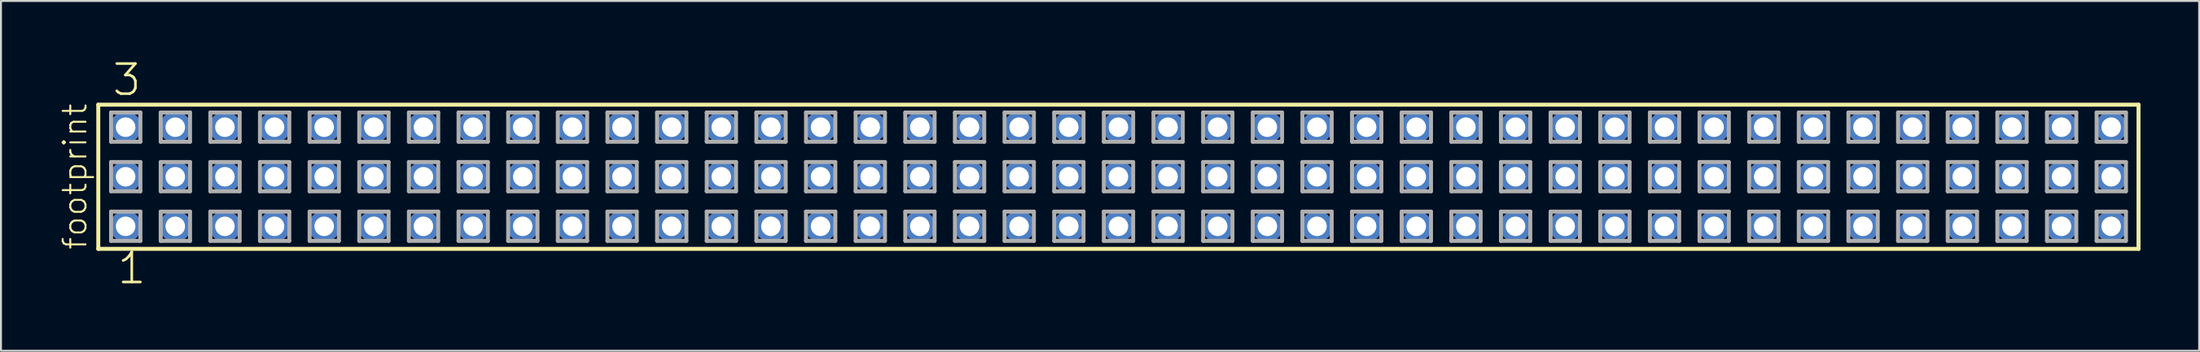
<source format=kicad_pcb>
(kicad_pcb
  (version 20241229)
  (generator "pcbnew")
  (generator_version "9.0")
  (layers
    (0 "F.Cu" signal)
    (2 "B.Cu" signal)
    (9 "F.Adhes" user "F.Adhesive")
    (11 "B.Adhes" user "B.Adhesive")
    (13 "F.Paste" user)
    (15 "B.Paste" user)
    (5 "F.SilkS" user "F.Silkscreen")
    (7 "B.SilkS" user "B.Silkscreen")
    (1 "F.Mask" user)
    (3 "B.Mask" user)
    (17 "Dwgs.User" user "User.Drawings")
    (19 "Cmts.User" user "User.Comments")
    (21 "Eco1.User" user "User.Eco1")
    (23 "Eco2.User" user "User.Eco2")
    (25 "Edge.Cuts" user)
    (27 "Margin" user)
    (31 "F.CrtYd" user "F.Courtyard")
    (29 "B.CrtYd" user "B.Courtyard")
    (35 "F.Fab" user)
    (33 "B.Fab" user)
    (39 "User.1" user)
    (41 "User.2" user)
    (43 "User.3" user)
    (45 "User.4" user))
  (footprint "footprint"
    (layer "F.Cu")
    (at 54.178 6.009)
    (property "Reference" "footprint" (at -52.705 3.81 90) (layer "F.SilkS") (effects (font (size 1.168 1.168) (thickness 0.102)) (justify left bottom)))
    (fp_line (start -52.199 -3.695) (end 52.199 -3.695) (stroke (width 0.203) (type solid)) (layer "F.SilkS"))
    (fp_line (start -52.199 3.695) (end -52.199 -3.695) (stroke (width 0.203) (type solid)) (layer "F.SilkS"))
    (fp_line (start 52.199 -3.695) (end 52.199 3.695) (stroke (width 0.203) (type solid)) (layer "F.SilkS"))
    (fp_line (start 52.199 3.695) (end -52.199 3.695) (stroke (width 0.203) (type solid)) (layer "F.SilkS"))
    (fp_line (start -51.545 -3.295) (end -50.045 -3.295) (stroke (width 0.203) (type solid)) (layer "F.Fab"))
    (fp_line (start -51.545 -1.795) (end -51.545 -3.295) (stroke (width 0.203) (type solid)) (layer "F.Fab"))
    (fp_line (start -51.545 -0.755) (end -50.045 -0.755) (stroke (width 0.203) (type solid)) (layer "F.Fab"))
    (fp_line (start -51.545 0.745) (end -51.545 -0.755) (stroke (width 0.203) (type solid)) (layer "F.Fab"))
    (fp_line (start -51.545 1.785) (end -50.045 1.785) (stroke (width 0.203) (type solid)) (layer "F.Fab"))
    (fp_line (start -51.545 3.285) (end -51.545 1.785) (stroke (width 0.203) (type solid)) (layer "F.Fab"))
    (fp_line (start -50.045 -3.295) (end -50.045 -1.795) (stroke (width 0.203) (type solid)) (layer "F.Fab"))
    (fp_line (start -50.045 -1.795) (end -51.545 -1.795) (stroke (width 0.203) (type solid)) (layer "F.Fab"))
    (fp_line (start -50.045 -0.755) (end -50.045 0.745) (stroke (width 0.203) (type solid)) (layer "F.Fab"))
    (fp_line (start -50.045 0.745) (end -51.545 0.745) (stroke (width 0.203) (type solid)) (layer "F.Fab"))
    (fp_line (start -50.045 1.785) (end -50.045 3.285) (stroke (width 0.203) (type solid)) (layer "F.Fab"))
    (fp_line (start -50.045 3.285) (end -51.545 3.285) (stroke (width 0.203) (type solid)) (layer "F.Fab"))
    (fp_line (start -49.005 -3.295) (end -47.505 -3.295) (stroke (width 0.203) (type solid)) (layer "F.Fab"))
    (fp_line (start -49.005 -1.795) (end -49.005 -3.295) (stroke (width 0.203) (type solid)) (layer "F.Fab"))
    (fp_line (start -49.005 -0.755) (end -47.505 -0.755) (stroke (width 0.203) (type solid)) (layer "F.Fab"))
    (fp_line (start -49.005 0.745) (end -49.005 -0.755) (stroke (width 0.203) (type solid)) (layer "F.Fab"))
    (fp_line (start -49.005 1.785) (end -47.505 1.785) (stroke (width 0.203) (type solid)) (layer "F.Fab"))
    (fp_line (start -49.005 3.285) (end -49.005 1.785) (stroke (width 0.203) (type solid)) (layer "F.Fab"))
    (fp_line (start -47.505 -3.295) (end -47.505 -1.795) (stroke (width 0.203) (type solid)) (layer "F.Fab"))
    (fp_line (start -47.505 -1.795) (end -49.005 -1.795) (stroke (width 0.203) (type solid)) (layer "F.Fab"))
    (fp_line (start -47.505 -0.755) (end -47.505 0.745) (stroke (width 0.203) (type solid)) (layer "F.Fab"))
    (fp_line (start -47.505 0.745) (end -49.005 0.745) (stroke (width 0.203) (type solid)) (layer "F.Fab"))
    (fp_line (start -47.505 1.785) (end -47.505 3.285) (stroke (width 0.203) (type solid)) (layer "F.Fab"))
    (fp_line (start -47.505 3.285) (end -49.005 3.285) (stroke (width 0.203) (type solid)) (layer "F.Fab"))
    (fp_line (start -46.465 -3.295) (end -44.965 -3.295) (stroke (width 0.203) (type solid)) (layer "F.Fab"))
    (fp_line (start -46.465 -1.795) (end -46.465 -3.295) (stroke (width 0.203) (type solid)) (layer "F.Fab"))
    (fp_line (start -46.465 -0.755) (end -44.965 -0.755) (stroke (width 0.203) (type solid)) (layer "F.Fab"))
    (fp_line (start -46.465 0.745) (end -46.465 -0.755) (stroke (width 0.203) (type solid)) (layer "F.Fab"))
    (fp_line (start -46.465 1.785) (end -44.965 1.785) (stroke (width 0.203) (type solid)) (layer "F.Fab"))
    (fp_line (start -46.465 3.285) (end -46.465 1.785) (stroke (width 0.203) (type solid)) (layer "F.Fab"))
    (fp_line (start -44.965 -3.295) (end -44.965 -1.795) (stroke (width 0.203) (type solid)) (layer "F.Fab"))
    (fp_line (start -44.965 -1.795) (end -46.465 -1.795) (stroke (width 0.203) (type solid)) (layer "F.Fab"))
    (fp_line (start -44.965 -0.755) (end -44.965 0.745) (stroke (width 0.203) (type solid)) (layer "F.Fab"))
    (fp_line (start -44.965 0.745) (end -46.465 0.745) (stroke (width 0.203) (type solid)) (layer "F.Fab"))
    (fp_line (start -44.965 1.785) (end -44.965 3.285) (stroke (width 0.203) (type solid)) (layer "F.Fab"))
    (fp_line (start -44.965 3.285) (end -46.465 3.285) (stroke (width 0.203) (type solid)) (layer "F.Fab"))
    (fp_line (start -43.925 -3.295) (end -42.425 -3.295) (stroke (width 0.203) (type solid)) (layer "F.Fab"))
    (fp_line (start -43.925 -1.795) (end -43.925 -3.295) (stroke (width 0.203) (type solid)) (layer "F.Fab"))
    (fp_line (start -43.925 -0.755) (end -42.425 -0.755) (stroke (width 0.203) (type solid)) (layer "F.Fab"))
    (fp_line (start -43.925 0.745) (end -43.925 -0.755) (stroke (width 0.203) (type solid)) (layer "F.Fab"))
    (fp_line (start -43.925 1.785) (end -42.425 1.785) (stroke (width 0.203) (type solid)) (layer "F.Fab"))
    (fp_line (start -43.925 3.285) (end -43.925 1.785) (stroke (width 0.203) (type solid)) (layer "F.Fab"))
    (fp_line (start -42.425 -3.295) (end -42.425 -1.795) (stroke (width 0.203) (type solid)) (layer "F.Fab"))
    (fp_line (start -42.425 -1.795) (end -43.925 -1.795) (stroke (width 0.203) (type solid)) (layer "F.Fab"))
    (fp_line (start -42.425 -0.755) (end -42.425 0.745) (stroke (width 0.203) (type solid)) (layer "F.Fab"))
    (fp_line (start -42.425 0.745) (end -43.925 0.745) (stroke (width 0.203) (type solid)) (layer "F.Fab"))
    (fp_line (start -42.425 1.785) (end -42.425 3.285) (stroke (width 0.203) (type solid)) (layer "F.Fab"))
    (fp_line (start -42.425 3.285) (end -43.925 3.285) (stroke (width 0.203) (type solid)) (layer "F.Fab"))
    (fp_line (start -41.385 -3.295) (end -39.885 -3.295) (stroke (width 0.203) (type solid)) (layer "F.Fab"))
    (fp_line (start -41.385 -1.795) (end -41.385 -3.295) (stroke (width 0.203) (type solid)) (layer "F.Fab"))
    (fp_line (start -41.385 -0.755) (end -39.885 -0.755) (stroke (width 0.203) (type solid)) (layer "F.Fab"))
    (fp_line (start -41.385 0.745) (end -41.385 -0.755) (stroke (width 0.203) (type solid)) (layer "F.Fab"))
    (fp_line (start -41.385 1.785) (end -39.885 1.785) (stroke (width 0.203) (type solid)) (layer "F.Fab"))
    (fp_line (start -41.385 3.285) (end -41.385 1.785) (stroke (width 0.203) (type solid)) (layer "F.Fab"))
    (fp_line (start -39.885 -3.295) (end -39.885 -1.795) (stroke (width 0.203) (type solid)) (layer "F.Fab"))
    (fp_line (start -39.885 -1.795) (end -41.385 -1.795) (stroke (width 0.203) (type solid)) (layer "F.Fab"))
    (fp_line (start -39.885 -0.755) (end -39.885 0.745) (stroke (width 0.203) (type solid)) (layer "F.Fab"))
    (fp_line (start -39.885 0.745) (end -41.385 0.745) (stroke (width 0.203) (type solid)) (layer "F.Fab"))
    (fp_line (start -39.885 1.785) (end -39.885 3.285) (stroke (width 0.203) (type solid)) (layer "F.Fab"))
    (fp_line (start -39.885 3.285) (end -41.385 3.285) (stroke (width 0.203) (type solid)) (layer "F.Fab"))
    (fp_line (start -38.845 -3.295) (end -37.345 -3.295) (stroke (width 0.203) (type solid)) (layer "F.Fab"))
    (fp_line (start -38.845 -1.795) (end -38.845 -3.295) (stroke (width 0.203) (type solid)) (layer "F.Fab"))
    (fp_line (start -38.845 -0.755) (end -37.345 -0.755) (stroke (width 0.203) (type solid)) (layer "F.Fab"))
    (fp_line (start -38.845 0.745) (end -38.845 -0.755) (stroke (width 0.203) (type solid)) (layer "F.Fab"))
    (fp_line (start -38.845 1.785) (end -37.345 1.785) (stroke (width 0.203) (type solid)) (layer "F.Fab"))
    (fp_line (start -38.845 3.285) (end -38.845 1.785) (stroke (width 0.203) (type solid)) (layer "F.Fab"))
    (fp_line (start -37.345 -3.295) (end -37.345 -1.795) (stroke (width 0.203) (type solid)) (layer "F.Fab"))
    (fp_line (start -37.345 -1.795) (end -38.845 -1.795) (stroke (width 0.203) (type solid)) (layer "F.Fab"))
    (fp_line (start -37.345 -0.755) (end -37.345 0.745) (stroke (width 0.203) (type solid)) (layer "F.Fab"))
    (fp_line (start -37.345 0.745) (end -38.845 0.745) (stroke (width 0.203) (type solid)) (layer "F.Fab"))
    (fp_line (start -37.345 1.785) (end -37.345 3.285) (stroke (width 0.203) (type solid)) (layer "F.Fab"))
    (fp_line (start -37.345 3.285) (end -38.845 3.285) (stroke (width 0.203) (type solid)) (layer "F.Fab"))
    (fp_line (start -36.305 -3.295) (end -34.805 -3.295) (stroke (width 0.203) (type solid)) (layer "F.Fab"))
    (fp_line (start -36.305 -1.795) (end -36.305 -3.295) (stroke (width 0.203) (type solid)) (layer "F.Fab"))
    (fp_line (start -36.305 -0.755) (end -34.805 -0.755) (stroke (width 0.203) (type solid)) (layer "F.Fab"))
    (fp_line (start -36.305 0.745) (end -36.305 -0.755) (stroke (width 0.203) (type solid)) (layer "F.Fab"))
    (fp_line (start -36.305 1.785) (end -34.805 1.785) (stroke (width 0.203) (type solid)) (layer "F.Fab"))
    (fp_line (start -36.305 3.285) (end -36.305 1.785) (stroke (width 0.203) (type solid)) (layer "F.Fab"))
    (fp_line (start -34.805 -3.295) (end -34.805 -1.795) (stroke (width 0.203) (type solid)) (layer "F.Fab"))
    (fp_line (start -34.805 -1.795) (end -36.305 -1.795) (stroke (width 0.203) (type solid)) (layer "F.Fab"))
    (fp_line (start -34.805 -0.755) (end -34.805 0.745) (stroke (width 0.203) (type solid)) (layer "F.Fab"))
    (fp_line (start -34.805 0.745) (end -36.305 0.745) (stroke (width 0.203) (type solid)) (layer "F.Fab"))
    (fp_line (start -34.805 1.785) (end -34.805 3.285) (stroke (width 0.203) (type solid)) (layer "F.Fab"))
    (fp_line (start -34.805 3.285) (end -36.305 3.285) (stroke (width 0.203) (type solid)) (layer "F.Fab"))
    (fp_line (start -33.765 -3.295) (end -32.265 -3.295) (stroke (width 0.203) (type solid)) (layer "F.Fab"))
    (fp_line (start -33.765 -1.795) (end -33.765 -3.295) (stroke (width 0.203) (type solid)) (layer "F.Fab"))
    (fp_line (start -33.765 -0.755) (end -32.265 -0.755) (stroke (width 0.203) (type solid)) (layer "F.Fab"))
    (fp_line (start -33.765 0.745) (end -33.765 -0.755) (stroke (width 0.203) (type solid)) (layer "F.Fab"))
    (fp_line (start -33.765 1.785) (end -32.265 1.785) (stroke (width 0.203) (type solid)) (layer "F.Fab"))
    (fp_line (start -33.765 3.285) (end -33.765 1.785) (stroke (width 0.203) (type solid)) (layer "F.Fab"))
    (fp_line (start -32.265 -3.295) (end -32.265 -1.795) (stroke (width 0.203) (type solid)) (layer "F.Fab"))
    (fp_line (start -32.265 -1.795) (end -33.765 -1.795) (stroke (width 0.203) (type solid)) (layer "F.Fab"))
    (fp_line (start -32.265 -0.755) (end -32.265 0.745) (stroke (width 0.203) (type solid)) (layer "F.Fab"))
    (fp_line (start -32.265 0.745) (end -33.765 0.745) (stroke (width 0.203) (type solid)) (layer "F.Fab"))
    (fp_line (start -32.265 1.785) (end -32.265 3.285) (stroke (width 0.203) (type solid)) (layer "F.Fab"))
    (fp_line (start -32.265 3.285) (end -33.765 3.285) (stroke (width 0.203) (type solid)) (layer "F.Fab"))
    (fp_line (start -31.225 -3.295) (end -29.725 -3.295) (stroke (width 0.203) (type solid)) (layer "F.Fab"))
    (fp_line (start -31.225 -1.795) (end -31.225 -3.295) (stroke (width 0.203) (type solid)) (layer "F.Fab"))
    (fp_line (start -31.225 -0.755) (end -29.725 -0.755) (stroke (width 0.203) (type solid)) (layer "F.Fab"))
    (fp_line (start -31.225 0.745) (end -31.225 -0.755) (stroke (width 0.203) (type solid)) (layer "F.Fab"))
    (fp_line (start -31.225 1.785) (end -29.725 1.785) (stroke (width 0.203) (type solid)) (layer "F.Fab"))
    (fp_line (start -31.225 3.285) (end -31.225 1.785) (stroke (width 0.203) (type solid)) (layer "F.Fab"))
    (fp_line (start -29.725 -3.295) (end -29.725 -1.795) (stroke (width 0.203) (type solid)) (layer "F.Fab"))
    (fp_line (start -29.725 -1.795) (end -31.225 -1.795) (stroke (width 0.203) (type solid)) (layer "F.Fab"))
    (fp_line (start -29.725 -0.755) (end -29.725 0.745) (stroke (width 0.203) (type solid)) (layer "F.Fab"))
    (fp_line (start -29.725 0.745) (end -31.225 0.745) (stroke (width 0.203) (type solid)) (layer "F.Fab"))
    (fp_line (start -29.725 1.785) (end -29.725 3.285) (stroke (width 0.203) (type solid)) (layer "F.Fab"))
    (fp_line (start -29.725 3.285) (end -31.225 3.285) (stroke (width 0.203) (type solid)) (layer "F.Fab"))
    (fp_line (start -28.685 -3.295) (end -27.185 -3.295) (stroke (width 0.203) (type solid)) (layer "F.Fab"))
    (fp_line (start -28.685 -1.795) (end -28.685 -3.295) (stroke (width 0.203) (type solid)) (layer "F.Fab"))
    (fp_line (start -28.685 -0.755) (end -27.185 -0.755) (stroke (width 0.203) (type solid)) (layer "F.Fab"))
    (fp_line (start -28.685 0.745) (end -28.685 -0.755) (stroke (width 0.203) (type solid)) (layer "F.Fab"))
    (fp_line (start -28.685 1.785) (end -27.185 1.785) (stroke (width 0.203) (type solid)) (layer "F.Fab"))
    (fp_line (start -28.685 3.285) (end -28.685 1.785) (stroke (width 0.203) (type solid)) (layer "F.Fab"))
    (fp_line (start -27.185 -3.295) (end -27.185 -1.795) (stroke (width 0.203) (type solid)) (layer "F.Fab"))
    (fp_line (start -27.185 -1.795) (end -28.685 -1.795) (stroke (width 0.203) (type solid)) (layer "F.Fab"))
    (fp_line (start -27.185 -0.755) (end -27.185 0.745) (stroke (width 0.203) (type solid)) (layer "F.Fab"))
    (fp_line (start -27.185 0.745) (end -28.685 0.745) (stroke (width 0.203) (type solid)) (layer "F.Fab"))
    (fp_line (start -27.185 1.785) (end -27.185 3.285) (stroke (width 0.203) (type solid)) (layer "F.Fab"))
    (fp_line (start -27.185 3.285) (end -28.685 3.285) (stroke (width 0.203) (type solid)) (layer "F.Fab"))
    (fp_line (start -26.145 -3.295) (end -24.645 -3.295) (stroke (width 0.203) (type solid)) (layer "F.Fab"))
    (fp_line (start -26.145 -1.795) (end -26.145 -3.295) (stroke (width 0.203) (type solid)) (layer "F.Fab"))
    (fp_line (start -26.145 -0.755) (end -24.645 -0.755) (stroke (width 0.203) (type solid)) (layer "F.Fab"))
    (fp_line (start -26.145 0.745) (end -26.145 -0.755) (stroke (width 0.203) (type solid)) (layer "F.Fab"))
    (fp_line (start -26.145 1.785) (end -24.645 1.785) (stroke (width 0.203) (type solid)) (layer "F.Fab"))
    (fp_line (start -26.145 3.285) (end -26.145 1.785) (stroke (width 0.203) (type solid)) (layer "F.Fab"))
    (fp_line (start -24.645 -3.295) (end -24.645 -1.795) (stroke (width 0.203) (type solid)) (layer "F.Fab"))
    (fp_line (start -24.645 -1.795) (end -26.145 -1.795) (stroke (width 0.203) (type solid)) (layer "F.Fab"))
    (fp_line (start -24.645 -0.755) (end -24.645 0.745) (stroke (width 0.203) (type solid)) (layer "F.Fab"))
    (fp_line (start -24.645 0.745) (end -26.145 0.745) (stroke (width 0.203) (type solid)) (layer "F.Fab"))
    (fp_line (start -24.645 1.785) (end -24.645 3.285) (stroke (width 0.203) (type solid)) (layer "F.Fab"))
    (fp_line (start -24.645 3.285) (end -26.145 3.285) (stroke (width 0.203) (type solid)) (layer "F.Fab"))
    (fp_line (start -23.605 -3.295) (end -22.105 -3.295) (stroke (width 0.203) (type solid)) (layer "F.Fab"))
    (fp_line (start -23.605 -1.795) (end -23.605 -3.295) (stroke (width 0.203) (type solid)) (layer "F.Fab"))
    (fp_line (start -23.605 -0.755) (end -22.105 -0.755) (stroke (width 0.203) (type solid)) (layer "F.Fab"))
    (fp_line (start -23.605 0.745) (end -23.605 -0.755) (stroke (width 0.203) (type solid)) (layer "F.Fab"))
    (fp_line (start -23.605 1.785) (end -22.105 1.785) (stroke (width 0.203) (type solid)) (layer "F.Fab"))
    (fp_line (start -23.605 3.285) (end -23.605 1.785) (stroke (width 0.203) (type solid)) (layer "F.Fab"))
    (fp_line (start -22.105 -3.295) (end -22.105 -1.795) (stroke (width 0.203) (type solid)) (layer "F.Fab"))
    (fp_line (start -22.105 -1.795) (end -23.605 -1.795) (stroke (width 0.203) (type solid)) (layer "F.Fab"))
    (fp_line (start -22.105 -0.755) (end -22.105 0.745) (stroke (width 0.203) (type solid)) (layer "F.Fab"))
    (fp_line (start -22.105 0.745) (end -23.605 0.745) (stroke (width 0.203) (type solid)) (layer "F.Fab"))
    (fp_line (start -22.105 1.785) (end -22.105 3.285) (stroke (width 0.203) (type solid)) (layer "F.Fab"))
    (fp_line (start -22.105 3.285) (end -23.605 3.285) (stroke (width 0.203) (type solid)) (layer "F.Fab"))
    (fp_line (start -21.065 -3.295) (end -19.565 -3.295) (stroke (width 0.203) (type solid)) (layer "F.Fab"))
    (fp_line (start -21.065 -1.795) (end -21.065 -3.295) (stroke (width 0.203) (type solid)) (layer "F.Fab"))
    (fp_line (start -21.065 -0.755) (end -19.565 -0.755) (stroke (width 0.203) (type solid)) (layer "F.Fab"))
    (fp_line (start -21.065 0.745) (end -21.065 -0.755) (stroke (width 0.203) (type solid)) (layer "F.Fab"))
    (fp_line (start -21.065 1.785) (end -19.565 1.785) (stroke (width 0.203) (type solid)) (layer "F.Fab"))
    (fp_line (start -21.065 3.285) (end -21.065 1.785) (stroke (width 0.203) (type solid)) (layer "F.Fab"))
    (fp_line (start -19.565 -3.295) (end -19.565 -1.795) (stroke (width 0.203) (type solid)) (layer "F.Fab"))
    (fp_line (start -19.565 -1.795) (end -21.065 -1.795) (stroke (width 0.203) (type solid)) (layer "F.Fab"))
    (fp_line (start -19.565 -0.755) (end -19.565 0.745) (stroke (width 0.203) (type solid)) (layer "F.Fab"))
    (fp_line (start -19.565 0.745) (end -21.065 0.745) (stroke (width 0.203) (type solid)) (layer "F.Fab"))
    (fp_line (start -19.565 1.785) (end -19.565 3.285) (stroke (width 0.203) (type solid)) (layer "F.Fab"))
    (fp_line (start -19.565 3.285) (end -21.065 3.285) (stroke (width 0.203) (type solid)) (layer "F.Fab"))
    (fp_line (start -18.525 -3.295) (end -17.025 -3.295) (stroke (width 0.203) (type solid)) (layer "F.Fab"))
    (fp_line (start -18.525 -1.795) (end -18.525 -3.295) (stroke (width 0.203) (type solid)) (layer "F.Fab"))
    (fp_line (start -18.525 -0.755) (end -17.025 -0.755) (stroke (width 0.203) (type solid)) (layer "F.Fab"))
    (fp_line (start -18.525 0.745) (end -18.525 -0.755) (stroke (width 0.203) (type solid)) (layer "F.Fab"))
    (fp_line (start -18.525 1.785) (end -17.025 1.785) (stroke (width 0.203) (type solid)) (layer "F.Fab"))
    (fp_line (start -18.525 3.285) (end -18.525 1.785) (stroke (width 0.203) (type solid)) (layer "F.Fab"))
    (fp_line (start -17.025 -3.295) (end -17.025 -1.795) (stroke (width 0.203) (type solid)) (layer "F.Fab"))
    (fp_line (start -17.025 -1.795) (end -18.525 -1.795) (stroke (width 0.203) (type solid)) (layer "F.Fab"))
    (fp_line (start -17.025 -0.755) (end -17.025 0.745) (stroke (width 0.203) (type solid)) (layer "F.Fab"))
    (fp_line (start -17.025 0.745) (end -18.525 0.745) (stroke (width 0.203) (type solid)) (layer "F.Fab"))
    (fp_line (start -17.025 1.785) (end -17.025 3.285) (stroke (width 0.203) (type solid)) (layer "F.Fab"))
    (fp_line (start -17.025 3.285) (end -18.525 3.285) (stroke (width 0.203) (type solid)) (layer "F.Fab"))
    (fp_line (start -15.985 -3.295) (end -14.485 -3.295) (stroke (width 0.203) (type solid)) (layer "F.Fab"))
    (fp_line (start -15.985 -1.795) (end -15.985 -3.295) (stroke (width 0.203) (type solid)) (layer "F.Fab"))
    (fp_line (start -15.985 -0.755) (end -14.485 -0.755) (stroke (width 0.203) (type solid)) (layer "F.Fab"))
    (fp_line (start -15.985 0.745) (end -15.985 -0.755) (stroke (width 0.203) (type solid)) (layer "F.Fab"))
    (fp_line (start -15.985 1.785) (end -14.485 1.785) (stroke (width 0.203) (type solid)) (layer "F.Fab"))
    (fp_line (start -15.985 3.285) (end -15.985 1.785) (stroke (width 0.203) (type solid)) (layer "F.Fab"))
    (fp_line (start -14.485 -3.295) (end -14.485 -1.795) (stroke (width 0.203) (type solid)) (layer "F.Fab"))
    (fp_line (start -14.485 -1.795) (end -15.985 -1.795) (stroke (width 0.203) (type solid)) (layer "F.Fab"))
    (fp_line (start -14.485 -0.755) (end -14.485 0.745) (stroke (width 0.203) (type solid)) (layer "F.Fab"))
    (fp_line (start -14.485 0.745) (end -15.985 0.745) (stroke (width 0.203) (type solid)) (layer "F.Fab"))
    (fp_line (start -14.485 1.785) (end -14.485 3.285) (stroke (width 0.203) (type solid)) (layer "F.Fab"))
    (fp_line (start -14.485 3.285) (end -15.985 3.285) (stroke (width 0.203) (type solid)) (layer "F.Fab"))
    (fp_line (start -13.445 -3.295) (end -11.945 -3.295) (stroke (width 0.203) (type solid)) (layer "F.Fab"))
    (fp_line (start -13.445 -1.795) (end -13.445 -3.295) (stroke (width 0.203) (type solid)) (layer "F.Fab"))
    (fp_line (start -13.445 -0.755) (end -11.945 -0.755) (stroke (width 0.203) (type solid)) (layer "F.Fab"))
    (fp_line (start -13.445 0.745) (end -13.445 -0.755) (stroke (width 0.203) (type solid)) (layer "F.Fab"))
    (fp_line (start -13.445 1.785) (end -11.945 1.785) (stroke (width 0.203) (type solid)) (layer "F.Fab"))
    (fp_line (start -13.445 3.285) (end -13.445 1.785) (stroke (width 0.203) (type solid)) (layer "F.Fab"))
    (fp_line (start -11.945 -3.295) (end -11.945 -1.795) (stroke (width 0.203) (type solid)) (layer "F.Fab"))
    (fp_line (start -11.945 -1.795) (end -13.445 -1.795) (stroke (width 0.203) (type solid)) (layer "F.Fab"))
    (fp_line (start -11.945 -0.755) (end -11.945 0.745) (stroke (width 0.203) (type solid)) (layer "F.Fab"))
    (fp_line (start -11.945 0.745) (end -13.445 0.745) (stroke (width 0.203) (type solid)) (layer "F.Fab"))
    (fp_line (start -11.945 1.785) (end -11.945 3.285) (stroke (width 0.203) (type solid)) (layer "F.Fab"))
    (fp_line (start -11.945 3.285) (end -13.445 3.285) (stroke (width 0.203) (type solid)) (layer "F.Fab"))
    (fp_line (start -10.905 -3.295) (end -9.405 -3.295) (stroke (width 0.203) (type solid)) (layer "F.Fab"))
    (fp_line (start -10.905 -1.795) (end -10.905 -3.295) (stroke (width 0.203) (type solid)) (layer "F.Fab"))
    (fp_line (start -10.905 -0.755) (end -9.405 -0.755) (stroke (width 0.203) (type solid)) (layer "F.Fab"))
    (fp_line (start -10.905 0.745) (end -10.905 -0.755) (stroke (width 0.203) (type solid)) (layer "F.Fab"))
    (fp_line (start -10.905 1.785) (end -9.405 1.785) (stroke (width 0.203) (type solid)) (layer "F.Fab"))
    (fp_line (start -10.905 3.285) (end -10.905 1.785) (stroke (width 0.203) (type solid)) (layer "F.Fab"))
    (fp_line (start -9.405 -3.295) (end -9.405 -1.795) (stroke (width 0.203) (type solid)) (layer "F.Fab"))
    (fp_line (start -9.405 -1.795) (end -10.905 -1.795) (stroke (width 0.203) (type solid)) (layer "F.Fab"))
    (fp_line (start -9.405 -0.755) (end -9.405 0.745) (stroke (width 0.203) (type solid)) (layer "F.Fab"))
    (fp_line (start -9.405 0.745) (end -10.905 0.745) (stroke (width 0.203) (type solid)) (layer "F.Fab"))
    (fp_line (start -9.405 1.785) (end -9.405 3.285) (stroke (width 0.203) (type solid)) (layer "F.Fab"))
    (fp_line (start -9.405 3.285) (end -10.905 3.285) (stroke (width 0.203) (type solid)) (layer "F.Fab"))
    (fp_line (start -8.365 -3.295) (end -6.865 -3.295) (stroke (width 0.203) (type solid)) (layer "F.Fab"))
    (fp_line (start -8.365 -1.795) (end -8.365 -3.295) (stroke (width 0.203) (type solid)) (layer "F.Fab"))
    (fp_line (start -8.365 -0.755) (end -6.865 -0.755) (stroke (width 0.203) (type solid)) (layer "F.Fab"))
    (fp_line (start -8.365 0.745) (end -8.365 -0.755) (stroke (width 0.203) (type solid)) (layer "F.Fab"))
    (fp_line (start -8.365 1.785) (end -6.865 1.785) (stroke (width 0.203) (type solid)) (layer "F.Fab"))
    (fp_line (start -8.365 3.285) (end -8.365 1.785) (stroke (width 0.203) (type solid)) (layer "F.Fab"))
    (fp_line (start -6.865 -3.295) (end -6.865 -1.795) (stroke (width 0.203) (type solid)) (layer "F.Fab"))
    (fp_line (start -6.865 -1.795) (end -8.365 -1.795) (stroke (width 0.203) (type solid)) (layer "F.Fab"))
    (fp_line (start -6.865 -0.755) (end -6.865 0.745) (stroke (width 0.203) (type solid)) (layer "F.Fab"))
    (fp_line (start -6.865 0.745) (end -8.365 0.745) (stroke (width 0.203) (type solid)) (layer "F.Fab"))
    (fp_line (start -6.865 1.785) (end -6.865 3.285) (stroke (width 0.203) (type solid)) (layer "F.Fab"))
    (fp_line (start -6.865 3.285) (end -8.365 3.285) (stroke (width 0.203) (type solid)) (layer "F.Fab"))
    (fp_line (start -5.825 -3.295) (end -4.325 -3.295) (stroke (width 0.203) (type solid)) (layer "F.Fab"))
    (fp_line (start -5.825 -1.795) (end -5.825 -3.295) (stroke (width 0.203) (type solid)) (layer "F.Fab"))
    (fp_line (start -5.825 -0.755) (end -4.325 -0.755) (stroke (width 0.203) (type solid)) (layer "F.Fab"))
    (fp_line (start -5.825 0.745) (end -5.825 -0.755) (stroke (width 0.203) (type solid)) (layer "F.Fab"))
    (fp_line (start -5.825 1.785) (end -4.325 1.785) (stroke (width 0.203) (type solid)) (layer "F.Fab"))
    (fp_line (start -5.825 3.285) (end -5.825 1.785) (stroke (width 0.203) (type solid)) (layer "F.Fab"))
    (fp_line (start -4.325 -3.295) (end -4.325 -1.795) (stroke (width 0.203) (type solid)) (layer "F.Fab"))
    (fp_line (start -4.325 -1.795) (end -5.825 -1.795) (stroke (width 0.203) (type solid)) (layer "F.Fab"))
    (fp_line (start -4.325 -0.755) (end -4.325 0.745) (stroke (width 0.203) (type solid)) (layer "F.Fab"))
    (fp_line (start -4.325 0.745) (end -5.825 0.745) (stroke (width 0.203) (type solid)) (layer "F.Fab"))
    (fp_line (start -4.325 1.785) (end -4.325 3.285) (stroke (width 0.203) (type solid)) (layer "F.Fab"))
    (fp_line (start -4.325 3.285) (end -5.825 3.285) (stroke (width 0.203) (type solid)) (layer "F.Fab"))
    (fp_line (start -3.285 -3.295) (end -1.785 -3.295) (stroke (width 0.203) (type solid)) (layer "F.Fab"))
    (fp_line (start -3.285 -1.795) (end -3.285 -3.295) (stroke (width 0.203) (type solid)) (layer "F.Fab"))
    (fp_line (start -3.285 -0.755) (end -1.785 -0.755) (stroke (width 0.203) (type solid)) (layer "F.Fab"))
    (fp_line (start -3.285 0.745) (end -3.285 -0.755) (stroke (width 0.203) (type solid)) (layer "F.Fab"))
    (fp_line (start -3.285 1.785) (end -1.785 1.785) (stroke (width 0.203) (type solid)) (layer "F.Fab"))
    (fp_line (start -3.285 3.285) (end -3.285 1.785) (stroke (width 0.203) (type solid)) (layer "F.Fab"))
    (fp_line (start -1.785 -3.295) (end -1.785 -1.795) (stroke (width 0.203) (type solid)) (layer "F.Fab"))
    (fp_line (start -1.785 -1.795) (end -3.285 -1.795) (stroke (width 0.203) (type solid)) (layer "F.Fab"))
    (fp_line (start -1.785 -0.755) (end -1.785 0.745) (stroke (width 0.203) (type solid)) (layer "F.Fab"))
    (fp_line (start -1.785 0.745) (end -3.285 0.745) (stroke (width 0.203) (type solid)) (layer "F.Fab"))
    (fp_line (start -1.785 1.785) (end -1.785 3.285) (stroke (width 0.203) (type solid)) (layer "F.Fab"))
    (fp_line (start -1.785 3.285) (end -3.285 3.285) (stroke (width 0.203) (type solid)) (layer "F.Fab"))
    (fp_line (start -0.745 -3.295) (end 0.755 -3.295) (stroke (width 0.203) (type solid)) (layer "F.Fab"))
    (fp_line (start -0.745 -1.795) (end -0.745 -3.295) (stroke (width 0.203) (type solid)) (layer "F.Fab"))
    (fp_line (start -0.745 -0.755) (end 0.755 -0.755) (stroke (width 0.203) (type solid)) (layer "F.Fab"))
    (fp_line (start -0.745 0.745) (end -0.745 -0.755) (stroke (width 0.203) (type solid)) (layer "F.Fab"))
    (fp_line (start -0.745 1.785) (end 0.755 1.785) (stroke (width 0.203) (type solid)) (layer "F.Fab"))
    (fp_line (start -0.745 3.285) (end -0.745 1.785) (stroke (width 0.203) (type solid)) (layer "F.Fab"))
    (fp_line (start 0.755 -3.295) (end 0.755 -1.795) (stroke (width 0.203) (type solid)) (layer "F.Fab"))
    (fp_line (start 0.755 -1.795) (end -0.745 -1.795) (stroke (width 0.203) (type solid)) (layer "F.Fab"))
    (fp_line (start 0.755 -0.755) (end 0.755 0.745) (stroke (width 0.203) (type solid)) (layer "F.Fab"))
    (fp_line (start 0.755 0.745) (end -0.745 0.745) (stroke (width 0.203) (type solid)) (layer "F.Fab"))
    (fp_line (start 0.755 1.785) (end 0.755 3.285) (stroke (width 0.203) (type solid)) (layer "F.Fab"))
    (fp_line (start 0.755 3.285) (end -0.745 3.285) (stroke (width 0.203) (type solid)) (layer "F.Fab"))
    (fp_line (start 1.795 -3.295) (end 3.295 -3.295) (stroke (width 0.203) (type solid)) (layer "F.Fab"))
    (fp_line (start 1.795 -1.795) (end 1.795 -3.295) (stroke (width 0.203) (type solid)) (layer "F.Fab"))
    (fp_line (start 1.795 -0.755) (end 3.295 -0.755) (stroke (width 0.203) (type solid)) (layer "F.Fab"))
    (fp_line (start 1.795 0.745) (end 1.795 -0.755) (stroke (width 0.203) (type solid)) (layer "F.Fab"))
    (fp_line (start 1.795 1.785) (end 3.295 1.785) (stroke (width 0.203) (type solid)) (layer "F.Fab"))
    (fp_line (start 1.795 3.285) (end 1.795 1.785) (stroke (width 0.203) (type solid)) (layer "F.Fab"))
    (fp_line (start 3.295 -3.295) (end 3.295 -1.795) (stroke (width 0.203) (type solid)) (layer "F.Fab"))
    (fp_line (start 3.295 -1.795) (end 1.795 -1.795) (stroke (width 0.203) (type solid)) (layer "F.Fab"))
    (fp_line (start 3.295 -0.755) (end 3.295 0.745) (stroke (width 0.203) (type solid)) (layer "F.Fab"))
    (fp_line (start 3.295 0.745) (end 1.795 0.745) (stroke (width 0.203) (type solid)) (layer "F.Fab"))
    (fp_line (start 3.295 1.785) (end 3.295 3.285) (stroke (width 0.203) (type solid)) (layer "F.Fab"))
    (fp_line (start 3.295 3.285) (end 1.795 3.285) (stroke (width 0.203) (type solid)) (layer "F.Fab"))
    (fp_line (start 4.335 -3.295) (end 5.835 -3.295) (stroke (width 0.203) (type solid)) (layer "F.Fab"))
    (fp_line (start 4.335 -1.795) (end 4.335 -3.295) (stroke (width 0.203) (type solid)) (layer "F.Fab"))
    (fp_line (start 4.335 -0.755) (end 5.835 -0.755) (stroke (width 0.203) (type solid)) (layer "F.Fab"))
    (fp_line (start 4.335 0.745) (end 4.335 -0.755) (stroke (width 0.203) (type solid)) (layer "F.Fab"))
    (fp_line (start 4.335 1.785) (end 5.835 1.785) (stroke (width 0.203) (type solid)) (layer "F.Fab"))
    (fp_line (start 4.335 3.285) (end 4.335 1.785) (stroke (width 0.203) (type solid)) (layer "F.Fab"))
    (fp_line (start 5.835 -3.295) (end 5.835 -1.795) (stroke (width 0.203) (type solid)) (layer "F.Fab"))
    (fp_line (start 5.835 -1.795) (end 4.335 -1.795) (stroke (width 0.203) (type solid)) (layer "F.Fab"))
    (fp_line (start 5.835 -0.755) (end 5.835 0.745) (stroke (width 0.203) (type solid)) (layer "F.Fab"))
    (fp_line (start 5.835 0.745) (end 4.335 0.745) (stroke (width 0.203) (type solid)) (layer "F.Fab"))
    (fp_line (start 5.835 1.785) (end 5.835 3.285) (stroke (width 0.203) (type solid)) (layer "F.Fab"))
    (fp_line (start 5.835 3.285) (end 4.335 3.285) (stroke (width 0.203) (type solid)) (layer "F.Fab"))
    (fp_line (start 6.875 -3.295) (end 8.375 -3.295) (stroke (width 0.203) (type solid)) (layer "F.Fab"))
    (fp_line (start 6.875 -1.795) (end 6.875 -3.295) (stroke (width 0.203) (type solid)) (layer "F.Fab"))
    (fp_line (start 6.875 -0.755) (end 8.375 -0.755) (stroke (width 0.203) (type solid)) (layer "F.Fab"))
    (fp_line (start 6.875 0.745) (end 6.875 -0.755) (stroke (width 0.203) (type solid)) (layer "F.Fab"))
    (fp_line (start 6.875 1.785) (end 8.375 1.785) (stroke (width 0.203) (type solid)) (layer "F.Fab"))
    (fp_line (start 6.875 3.285) (end 6.875 1.785) (stroke (width 0.203) (type solid)) (layer "F.Fab"))
    (fp_line (start 8.375 -3.295) (end 8.375 -1.795) (stroke (width 0.203) (type solid)) (layer "F.Fab"))
    (fp_line (start 8.375 -1.795) (end 6.875 -1.795) (stroke (width 0.203) (type solid)) (layer "F.Fab"))
    (fp_line (start 8.375 -0.755) (end 8.375 0.745) (stroke (width 0.203) (type solid)) (layer "F.Fab"))
    (fp_line (start 8.375 0.745) (end 6.875 0.745) (stroke (width 0.203) (type solid)) (layer "F.Fab"))
    (fp_line (start 8.375 1.785) (end 8.375 3.285) (stroke (width 0.203) (type solid)) (layer "F.Fab"))
    (fp_line (start 8.375 3.285) (end 6.875 3.285) (stroke (width 0.203) (type solid)) (layer "F.Fab"))
    (fp_line (start 9.415 -3.295) (end 10.915 -3.295) (stroke (width 0.203) (type solid)) (layer "F.Fab"))
    (fp_line (start 9.415 -1.795) (end 9.415 -3.295) (stroke (width 0.203) (type solid)) (layer "F.Fab"))
    (fp_line (start 9.415 -0.755) (end 10.915 -0.755) (stroke (width 0.203) (type solid)) (layer "F.Fab"))
    (fp_line (start 9.415 0.745) (end 9.415 -0.755) (stroke (width 0.203) (type solid)) (layer "F.Fab"))
    (fp_line (start 9.415 1.785) (end 10.915 1.785) (stroke (width 0.203) (type solid)) (layer "F.Fab"))
    (fp_line (start 9.415 3.285) (end 9.415 1.785) (stroke (width 0.203) (type solid)) (layer "F.Fab"))
    (fp_line (start 10.915 -3.295) (end 10.915 -1.795) (stroke (width 0.203) (type solid)) (layer "F.Fab"))
    (fp_line (start 10.915 -1.795) (end 9.415 -1.795) (stroke (width 0.203) (type solid)) (layer "F.Fab"))
    (fp_line (start 10.915 -0.755) (end 10.915 0.745) (stroke (width 0.203) (type solid)) (layer "F.Fab"))
    (fp_line (start 10.915 0.745) (end 9.415 0.745) (stroke (width 0.203) (type solid)) (layer "F.Fab"))
    (fp_line (start 10.915 1.785) (end 10.915 3.285) (stroke (width 0.203) (type solid)) (layer "F.Fab"))
    (fp_line (start 10.915 3.285) (end 9.415 3.285) (stroke (width 0.203) (type solid)) (layer "F.Fab"))
    (fp_line (start 11.955 -3.295) (end 13.455 -3.295) (stroke (width 0.203) (type solid)) (layer "F.Fab"))
    (fp_line (start 11.955 -1.795) (end 11.955 -3.295) (stroke (width 0.203) (type solid)) (layer "F.Fab"))
    (fp_line (start 11.955 -0.755) (end 13.455 -0.755) (stroke (width 0.203) (type solid)) (layer "F.Fab"))
    (fp_line (start 11.955 0.745) (end 11.955 -0.755) (stroke (width 0.203) (type solid)) (layer "F.Fab"))
    (fp_line (start 11.955 1.785) (end 13.455 1.785) (stroke (width 0.203) (type solid)) (layer "F.Fab"))
    (fp_line (start 11.955 3.285) (end 11.955 1.785) (stroke (width 0.203) (type solid)) (layer "F.Fab"))
    (fp_line (start 13.455 -3.295) (end 13.455 -1.795) (stroke (width 0.203) (type solid)) (layer "F.Fab"))
    (fp_line (start 13.455 -1.795) (end 11.955 -1.795) (stroke (width 0.203) (type solid)) (layer "F.Fab"))
    (fp_line (start 13.455 -0.755) (end 13.455 0.745) (stroke (width 0.203) (type solid)) (layer "F.Fab"))
    (fp_line (start 13.455 0.745) (end 11.955 0.745) (stroke (width 0.203) (type solid)) (layer "F.Fab"))
    (fp_line (start 13.455 1.785) (end 13.455 3.285) (stroke (width 0.203) (type solid)) (layer "F.Fab"))
    (fp_line (start 13.455 3.285) (end 11.955 3.285) (stroke (width 0.203) (type solid)) (layer "F.Fab"))
    (fp_line (start 14.495 -3.295) (end 15.995 -3.295) (stroke (width 0.203) (type solid)) (layer "F.Fab"))
    (fp_line (start 14.495 -1.795) (end 14.495 -3.295) (stroke (width 0.203) (type solid)) (layer "F.Fab"))
    (fp_line (start 14.495 -0.755) (end 15.995 -0.755) (stroke (width 0.203) (type solid)) (layer "F.Fab"))
    (fp_line (start 14.495 0.745) (end 14.495 -0.755) (stroke (width 0.203) (type solid)) (layer "F.Fab"))
    (fp_line (start 14.495 1.785) (end 15.995 1.785) (stroke (width 0.203) (type solid)) (layer "F.Fab"))
    (fp_line (start 14.495 3.285) (end 14.495 1.785) (stroke (width 0.203) (type solid)) (layer "F.Fab"))
    (fp_line (start 15.995 -3.295) (end 15.995 -1.795) (stroke (width 0.203) (type solid)) (layer "F.Fab"))
    (fp_line (start 15.995 -1.795) (end 14.495 -1.795) (stroke (width 0.203) (type solid)) (layer "F.Fab"))
    (fp_line (start 15.995 -0.755) (end 15.995 0.745) (stroke (width 0.203) (type solid)) (layer "F.Fab"))
    (fp_line (start 15.995 0.745) (end 14.495 0.745) (stroke (width 0.203) (type solid)) (layer "F.Fab"))
    (fp_line (start 15.995 1.785) (end 15.995 3.285) (stroke (width 0.203) (type solid)) (layer "F.Fab"))
    (fp_line (start 15.995 3.285) (end 14.495 3.285) (stroke (width 0.203) (type solid)) (layer "F.Fab"))
    (fp_line (start 17.035 -3.295) (end 18.535 -3.295) (stroke (width 0.203) (type solid)) (layer "F.Fab"))
    (fp_line (start 17.035 -1.795) (end 17.035 -3.295) (stroke (width 0.203) (type solid)) (layer "F.Fab"))
    (fp_line (start 17.035 -0.755) (end 18.535 -0.755) (stroke (width 0.203) (type solid)) (layer "F.Fab"))
    (fp_line (start 17.035 0.745) (end 17.035 -0.755) (stroke (width 0.203) (type solid)) (layer "F.Fab"))
    (fp_line (start 17.035 1.785) (end 18.535 1.785) (stroke (width 0.203) (type solid)) (layer "F.Fab"))
    (fp_line (start 17.035 3.285) (end 17.035 1.785) (stroke (width 0.203) (type solid)) (layer "F.Fab"))
    (fp_line (start 18.535 -3.295) (end 18.535 -1.795) (stroke (width 0.203) (type solid)) (layer "F.Fab"))
    (fp_line (start 18.535 -1.795) (end 17.035 -1.795) (stroke (width 0.203) (type solid)) (layer "F.Fab"))
    (fp_line (start 18.535 -0.755) (end 18.535 0.745) (stroke (width 0.203) (type solid)) (layer "F.Fab"))
    (fp_line (start 18.535 0.745) (end 17.035 0.745) (stroke (width 0.203) (type solid)) (layer "F.Fab"))
    (fp_line (start 18.535 1.785) (end 18.535 3.285) (stroke (width 0.203) (type solid)) (layer "F.Fab"))
    (fp_line (start 18.535 3.285) (end 17.035 3.285) (stroke (width 0.203) (type solid)) (layer "F.Fab"))
    (fp_line (start 19.575 -3.295) (end 21.075 -3.295) (stroke (width 0.203) (type solid)) (layer "F.Fab"))
    (fp_line (start 19.575 -1.795) (end 19.575 -3.295) (stroke (width 0.203) (type solid)) (layer "F.Fab"))
    (fp_line (start 19.575 -0.755) (end 21.075 -0.755) (stroke (width 0.203) (type solid)) (layer "F.Fab"))
    (fp_line (start 19.575 0.745) (end 19.575 -0.755) (stroke (width 0.203) (type solid)) (layer "F.Fab"))
    (fp_line (start 19.575 1.785) (end 21.075 1.785) (stroke (width 0.203) (type solid)) (layer "F.Fab"))
    (fp_line (start 19.575 3.285) (end 19.575 1.785) (stroke (width 0.203) (type solid)) (layer "F.Fab"))
    (fp_line (start 21.075 -3.295) (end 21.075 -1.795) (stroke (width 0.203) (type solid)) (layer "F.Fab"))
    (fp_line (start 21.075 -1.795) (end 19.575 -1.795) (stroke (width 0.203) (type solid)) (layer "F.Fab"))
    (fp_line (start 21.075 -0.755) (end 21.075 0.745) (stroke (width 0.203) (type solid)) (layer "F.Fab"))
    (fp_line (start 21.075 0.745) (end 19.575 0.745) (stroke (width 0.203) (type solid)) (layer "F.Fab"))
    (fp_line (start 21.075 1.785) (end 21.075 3.285) (stroke (width 0.203) (type solid)) (layer "F.Fab"))
    (fp_line (start 21.075 3.285) (end 19.575 3.285) (stroke (width 0.203) (type solid)) (layer "F.Fab"))
    (fp_line (start 22.115 -3.295) (end 23.615 -3.295) (stroke (width 0.203) (type solid)) (layer "F.Fab"))
    (fp_line (start 22.115 -1.795) (end 22.115 -3.295) (stroke (width 0.203) (type solid)) (layer "F.Fab"))
    (fp_line (start 22.115 -0.755) (end 23.615 -0.755) (stroke (width 0.203) (type solid)) (layer "F.Fab"))
    (fp_line (start 22.115 0.745) (end 22.115 -0.755) (stroke (width 0.203) (type solid)) (layer "F.Fab"))
    (fp_line (start 22.115 1.785) (end 23.615 1.785) (stroke (width 0.203) (type solid)) (layer "F.Fab"))
    (fp_line (start 22.115 3.285) (end 22.115 1.785) (stroke (width 0.203) (type solid)) (layer "F.Fab"))
    (fp_line (start 23.615 -3.295) (end 23.615 -1.795) (stroke (width 0.203) (type solid)) (layer "F.Fab"))
    (fp_line (start 23.615 -1.795) (end 22.115 -1.795) (stroke (width 0.203) (type solid)) (layer "F.Fab"))
    (fp_line (start 23.615 -0.755) (end 23.615 0.745) (stroke (width 0.203) (type solid)) (layer "F.Fab"))
    (fp_line (start 23.615 0.745) (end 22.115 0.745) (stroke (width 0.203) (type solid)) (layer "F.Fab"))
    (fp_line (start 23.615 1.785) (end 23.615 3.285) (stroke (width 0.203) (type solid)) (layer "F.Fab"))
    (fp_line (start 23.615 3.285) (end 22.115 3.285) (stroke (width 0.203) (type solid)) (layer "F.Fab"))
    (fp_line (start 24.655 -3.295) (end 26.155 -3.295) (stroke (width 0.203) (type solid)) (layer "F.Fab"))
    (fp_line (start 24.655 -1.795) (end 24.655 -3.295) (stroke (width 0.203) (type solid)) (layer "F.Fab"))
    (fp_line (start 24.655 -0.755) (end 26.155 -0.755) (stroke (width 0.203) (type solid)) (layer "F.Fab"))
    (fp_line (start 24.655 0.745) (end 24.655 -0.755) (stroke (width 0.203) (type solid)) (layer "F.Fab"))
    (fp_line (start 24.655 1.785) (end 26.155 1.785) (stroke (width 0.203) (type solid)) (layer "F.Fab"))
    (fp_line (start 24.655 3.285) (end 24.655 1.785) (stroke (width 0.203) (type solid)) (layer "F.Fab"))
    (fp_line (start 26.155 -3.295) (end 26.155 -1.795) (stroke (width 0.203) (type solid)) (layer "F.Fab"))
    (fp_line (start 26.155 -1.795) (end 24.655 -1.795) (stroke (width 0.203) (type solid)) (layer "F.Fab"))
    (fp_line (start 26.155 -0.755) (end 26.155 0.745) (stroke (width 0.203) (type solid)) (layer "F.Fab"))
    (fp_line (start 26.155 0.745) (end 24.655 0.745) (stroke (width 0.203) (type solid)) (layer "F.Fab"))
    (fp_line (start 26.155 1.785) (end 26.155 3.285) (stroke (width 0.203) (type solid)) (layer "F.Fab"))
    (fp_line (start 26.155 3.285) (end 24.655 3.285) (stroke (width 0.203) (type solid)) (layer "F.Fab"))
    (fp_line (start 27.195 -3.295) (end 28.695 -3.295) (stroke (width 0.203) (type solid)) (layer "F.Fab"))
    (fp_line (start 27.195 -1.795) (end 27.195 -3.295) (stroke (width 0.203) (type solid)) (layer "F.Fab"))
    (fp_line (start 27.195 -0.755) (end 28.695 -0.755) (stroke (width 0.203) (type solid)) (layer "F.Fab"))
    (fp_line (start 27.195 0.745) (end 27.195 -0.755) (stroke (width 0.203) (type solid)) (layer "F.Fab"))
    (fp_line (start 27.195 1.785) (end 28.695 1.785) (stroke (width 0.203) (type solid)) (layer "F.Fab"))
    (fp_line (start 27.195 3.285) (end 27.195 1.785) (stroke (width 0.203) (type solid)) (layer "F.Fab"))
    (fp_line (start 28.695 -3.295) (end 28.695 -1.795) (stroke (width 0.203) (type solid)) (layer "F.Fab"))
    (fp_line (start 28.695 -1.795) (end 27.195 -1.795) (stroke (width 0.203) (type solid)) (layer "F.Fab"))
    (fp_line (start 28.695 -0.755) (end 28.695 0.745) (stroke (width 0.203) (type solid)) (layer "F.Fab"))
    (fp_line (start 28.695 0.745) (end 27.195 0.745) (stroke (width 0.203) (type solid)) (layer "F.Fab"))
    (fp_line (start 28.695 1.785) (end 28.695 3.285) (stroke (width 0.203) (type solid)) (layer "F.Fab"))
    (fp_line (start 28.695 3.285) (end 27.195 3.285) (stroke (width 0.203) (type solid)) (layer "F.Fab"))
    (fp_line (start 29.735 -3.295) (end 31.235 -3.295) (stroke (width 0.203) (type solid)) (layer "F.Fab"))
    (fp_line (start 29.735 -1.795) (end 29.735 -3.295) (stroke (width 0.203) (type solid)) (layer "F.Fab"))
    (fp_line (start 29.735 -0.755) (end 31.235 -0.755) (stroke (width 0.203) (type solid)) (layer "F.Fab"))
    (fp_line (start 29.735 0.745) (end 29.735 -0.755) (stroke (width 0.203) (type solid)) (layer "F.Fab"))
    (fp_line (start 29.735 1.785) (end 31.235 1.785) (stroke (width 0.203) (type solid)) (layer "F.Fab"))
    (fp_line (start 29.735 3.285) (end 29.735 1.785) (stroke (width 0.203) (type solid)) (layer "F.Fab"))
    (fp_line (start 31.235 -3.295) (end 31.235 -1.795) (stroke (width 0.203) (type solid)) (layer "F.Fab"))
    (fp_line (start 31.235 -1.795) (end 29.735 -1.795) (stroke (width 0.203) (type solid)) (layer "F.Fab"))
    (fp_line (start 31.235 -0.755) (end 31.235 0.745) (stroke (width 0.203) (type solid)) (layer "F.Fab"))
    (fp_line (start 31.235 0.745) (end 29.735 0.745) (stroke (width 0.203) (type solid)) (layer "F.Fab"))
    (fp_line (start 31.235 1.785) (end 31.235 3.285) (stroke (width 0.203) (type solid)) (layer "F.Fab"))
    (fp_line (start 31.235 3.285) (end 29.735 3.285) (stroke (width 0.203) (type solid)) (layer "F.Fab"))
    (fp_line (start 32.275 -3.295) (end 33.775 -3.295) (stroke (width 0.203) (type solid)) (layer "F.Fab"))
    (fp_line (start 32.275 -1.795) (end 32.275 -3.295) (stroke (width 0.203) (type solid)) (layer "F.Fab"))
    (fp_line (start 32.275 -0.755) (end 33.775 -0.755) (stroke (width 0.203) (type solid)) (layer "F.Fab"))
    (fp_line (start 32.275 0.745) (end 32.275 -0.755) (stroke (width 0.203) (type solid)) (layer "F.Fab"))
    (fp_line (start 32.275 1.785) (end 33.775 1.785) (stroke (width 0.203) (type solid)) (layer "F.Fab"))
    (fp_line (start 32.275 3.285) (end 32.275 1.785) (stroke (width 0.203) (type solid)) (layer "F.Fab"))
    (fp_line (start 33.775 -3.295) (end 33.775 -1.795) (stroke (width 0.203) (type solid)) (layer "F.Fab"))
    (fp_line (start 33.775 -1.795) (end 32.275 -1.795) (stroke (width 0.203) (type solid)) (layer "F.Fab"))
    (fp_line (start 33.775 -0.755) (end 33.775 0.745) (stroke (width 0.203) (type solid)) (layer "F.Fab"))
    (fp_line (start 33.775 0.745) (end 32.275 0.745) (stroke (width 0.203) (type solid)) (layer "F.Fab"))
    (fp_line (start 33.775 1.785) (end 33.775 3.285) (stroke (width 0.203) (type solid)) (layer "F.Fab"))
    (fp_line (start 33.775 3.285) (end 32.275 3.285) (stroke (width 0.203) (type solid)) (layer "F.Fab"))
    (fp_line (start 34.815 -3.295) (end 36.315 -3.295) (stroke (width 0.203) (type solid)) (layer "F.Fab"))
    (fp_line (start 34.815 -1.795) (end 34.815 -3.295) (stroke (width 0.203) (type solid)) (layer "F.Fab"))
    (fp_line (start 34.815 -0.755) (end 36.315 -0.755) (stroke (width 0.203) (type solid)) (layer "F.Fab"))
    (fp_line (start 34.815 0.745) (end 34.815 -0.755) (stroke (width 0.203) (type solid)) (layer "F.Fab"))
    (fp_line (start 34.815 1.785) (end 36.315 1.785) (stroke (width 0.203) (type solid)) (layer "F.Fab"))
    (fp_line (start 34.815 3.285) (end 34.815 1.785) (stroke (width 0.203) (type solid)) (layer "F.Fab"))
    (fp_line (start 36.315 -3.295) (end 36.315 -1.795) (stroke (width 0.203) (type solid)) (layer "F.Fab"))
    (fp_line (start 36.315 -1.795) (end 34.815 -1.795) (stroke (width 0.203) (type solid)) (layer "F.Fab"))
    (fp_line (start 36.315 -0.755) (end 36.315 0.745) (stroke (width 0.203) (type solid)) (layer "F.Fab"))
    (fp_line (start 36.315 0.745) (end 34.815 0.745) (stroke (width 0.203) (type solid)) (layer "F.Fab"))
    (fp_line (start 36.315 1.785) (end 36.315 3.285) (stroke (width 0.203) (type solid)) (layer "F.Fab"))
    (fp_line (start 36.315 3.285) (end 34.815 3.285) (stroke (width 0.203) (type solid)) (layer "F.Fab"))
    (fp_line (start 37.355 -3.295) (end 38.855 -3.295) (stroke (width 0.203) (type solid)) (layer "F.Fab"))
    (fp_line (start 37.355 -1.795) (end 37.355 -3.295) (stroke (width 0.203) (type solid)) (layer "F.Fab"))
    (fp_line (start 37.355 -0.755) (end 38.855 -0.755) (stroke (width 0.203) (type solid)) (layer "F.Fab"))
    (fp_line (start 37.355 0.745) (end 37.355 -0.755) (stroke (width 0.203) (type solid)) (layer "F.Fab"))
    (fp_line (start 37.355 1.785) (end 38.855 1.785) (stroke (width 0.203) (type solid)) (layer "F.Fab"))
    (fp_line (start 37.355 3.285) (end 37.355 1.785) (stroke (width 0.203) (type solid)) (layer "F.Fab"))
    (fp_line (start 38.855 -3.295) (end 38.855 -1.795) (stroke (width 0.203) (type solid)) (layer "F.Fab"))
    (fp_line (start 38.855 -1.795) (end 37.355 -1.795) (stroke (width 0.203) (type solid)) (layer "F.Fab"))
    (fp_line (start 38.855 -0.755) (end 38.855 0.745) (stroke (width 0.203) (type solid)) (layer "F.Fab"))
    (fp_line (start 38.855 0.745) (end 37.355 0.745) (stroke (width 0.203) (type solid)) (layer "F.Fab"))
    (fp_line (start 38.855 1.785) (end 38.855 3.285) (stroke (width 0.203) (type solid)) (layer "F.Fab"))
    (fp_line (start 38.855 3.285) (end 37.355 3.285) (stroke (width 0.203) (type solid)) (layer "F.Fab"))
    (fp_line (start 39.895 -3.295) (end 41.395 -3.295) (stroke (width 0.203) (type solid)) (layer "F.Fab"))
    (fp_line (start 39.895 -1.795) (end 39.895 -3.295) (stroke (width 0.203) (type solid)) (layer "F.Fab"))
    (fp_line (start 39.895 -0.755) (end 41.395 -0.755) (stroke (width 0.203) (type solid)) (layer "F.Fab"))
    (fp_line (start 39.895 0.745) (end 39.895 -0.755) (stroke (width 0.203) (type solid)) (layer "F.Fab"))
    (fp_line (start 39.895 1.785) (end 41.395 1.785) (stroke (width 0.203) (type solid)) (layer "F.Fab"))
    (fp_line (start 39.895 3.285) (end 39.895 1.785) (stroke (width 0.203) (type solid)) (layer "F.Fab"))
    (fp_line (start 41.395 -3.295) (end 41.395 -1.795) (stroke (width 0.203) (type solid)) (layer "F.Fab"))
    (fp_line (start 41.395 -1.795) (end 39.895 -1.795) (stroke (width 0.203) (type solid)) (layer "F.Fab"))
    (fp_line (start 41.395 -0.755) (end 41.395 0.745) (stroke (width 0.203) (type solid)) (layer "F.Fab"))
    (fp_line (start 41.395 0.745) (end 39.895 0.745) (stroke (width 0.203) (type solid)) (layer "F.Fab"))
    (fp_line (start 41.395 1.785) (end 41.395 3.285) (stroke (width 0.203) (type solid)) (layer "F.Fab"))
    (fp_line (start 41.395 3.285) (end 39.895 3.285) (stroke (width 0.203) (type solid)) (layer "F.Fab"))
    (fp_line (start 42.435 -3.295) (end 43.935 -3.295) (stroke (width 0.203) (type solid)) (layer "F.Fab"))
    (fp_line (start 42.435 -1.795) (end 42.435 -3.295) (stroke (width 0.203) (type solid)) (layer "F.Fab"))
    (fp_line (start 42.435 -0.755) (end 43.935 -0.755) (stroke (width 0.203) (type solid)) (layer "F.Fab"))
    (fp_line (start 42.435 0.745) (end 42.435 -0.755) (stroke (width 0.203) (type solid)) (layer "F.Fab"))
    (fp_line (start 42.435 1.785) (end 43.935 1.785) (stroke (width 0.203) (type solid)) (layer "F.Fab"))
    (fp_line (start 42.435 3.285) (end 42.435 1.785) (stroke (width 0.203) (type solid)) (layer "F.Fab"))
    (fp_line (start 43.935 -3.295) (end 43.935 -1.795) (stroke (width 0.203) (type solid)) (layer "F.Fab"))
    (fp_line (start 43.935 -1.795) (end 42.435 -1.795) (stroke (width 0.203) (type solid)) (layer "F.Fab"))
    (fp_line (start 43.935 -0.755) (end 43.935 0.745) (stroke (width 0.203) (type solid)) (layer "F.Fab"))
    (fp_line (start 43.935 0.745) (end 42.435 0.745) (stroke (width 0.203) (type solid)) (layer "F.Fab"))
    (fp_line (start 43.935 1.785) (end 43.935 3.285) (stroke (width 0.203) (type solid)) (layer "F.Fab"))
    (fp_line (start 43.935 3.285) (end 42.435 3.285) (stroke (width 0.203) (type solid)) (layer "F.Fab"))
    (fp_line (start 44.975 -3.295) (end 46.475 -3.295) (stroke (width 0.203) (type solid)) (layer "F.Fab"))
    (fp_line (start 44.975 -1.795) (end 44.975 -3.295) (stroke (width 0.203) (type solid)) (layer "F.Fab"))
    (fp_line (start 44.975 -0.755) (end 46.475 -0.755) (stroke (width 0.203) (type solid)) (layer "F.Fab"))
    (fp_line (start 44.975 0.745) (end 44.975 -0.755) (stroke (width 0.203) (type solid)) (layer "F.Fab"))
    (fp_line (start 44.975 1.785) (end 46.475 1.785) (stroke (width 0.203) (type solid)) (layer "F.Fab"))
    (fp_line (start 44.975 3.285) (end 44.975 1.785) (stroke (width 0.203) (type solid)) (layer "F.Fab"))
    (fp_line (start 46.475 -3.295) (end 46.475 -1.795) (stroke (width 0.203) (type solid)) (layer "F.Fab"))
    (fp_line (start 46.475 -1.795) (end 44.975 -1.795) (stroke (width 0.203) (type solid)) (layer "F.Fab"))
    (fp_line (start 46.475 -0.755) (end 46.475 0.745) (stroke (width 0.203) (type solid)) (layer "F.Fab"))
    (fp_line (start 46.475 0.745) (end 44.975 0.745) (stroke (width 0.203) (type solid)) (layer "F.Fab"))
    (fp_line (start 46.475 1.785) (end 46.475 3.285) (stroke (width 0.203) (type solid)) (layer "F.Fab"))
    (fp_line (start 46.475 3.285) (end 44.975 3.285) (stroke (width 0.203) (type solid)) (layer "F.Fab"))
    (fp_line (start 47.515 -3.295) (end 49.015 -3.295) (stroke (width 0.203) (type solid)) (layer "F.Fab"))
    (fp_line (start 47.515 -1.795) (end 47.515 -3.295) (stroke (width 0.203) (type solid)) (layer "F.Fab"))
    (fp_line (start 47.515 -0.755) (end 49.015 -0.755) (stroke (width 0.203) (type solid)) (layer "F.Fab"))
    (fp_line (start 47.515 0.745) (end 47.515 -0.755) (stroke (width 0.203) (type solid)) (layer "F.Fab"))
    (fp_line (start 47.515 1.785) (end 49.015 1.785) (stroke (width 0.203) (type solid)) (layer "F.Fab"))
    (fp_line (start 47.515 3.285) (end 47.515 1.785) (stroke (width 0.203) (type solid)) (layer "F.Fab"))
    (fp_line (start 49.015 -3.295) (end 49.015 -1.795) (stroke (width 0.203) (type solid)) (layer "F.Fab"))
    (fp_line (start 49.015 -1.795) (end 47.515 -1.795) (stroke (width 0.203) (type solid)) (layer "F.Fab"))
    (fp_line (start 49.015 -0.755) (end 49.015 0.745) (stroke (width 0.203) (type solid)) (layer "F.Fab"))
    (fp_line (start 49.015 0.745) (end 47.515 0.745) (stroke (width 0.203) (type solid)) (layer "F.Fab"))
    (fp_line (start 49.015 1.785) (end 49.015 3.285) (stroke (width 0.203) (type solid)) (layer "F.Fab"))
    (fp_line (start 49.015 3.285) (end 47.515 3.285) (stroke (width 0.203) (type solid)) (layer "F.Fab"))
    (fp_line (start 50.055 -3.295) (end 51.555 -3.295) (stroke (width 0.203) (type solid)) (layer "F.Fab"))
    (fp_line (start 50.055 -1.795) (end 50.055 -3.295) (stroke (width 0.203) (type solid)) (layer "F.Fab"))
    (fp_line (start 50.055 -0.755) (end 51.555 -0.755) (stroke (width 0.203) (type solid)) (layer "F.Fab"))
    (fp_line (start 50.055 0.745) (end 50.055 -0.755) (stroke (width 0.203) (type solid)) (layer "F.Fab"))
    (fp_line (start 50.055 1.785) (end 51.555 1.785) (stroke (width 0.203) (type solid)) (layer "F.Fab"))
    (fp_line (start 50.055 3.285) (end 50.055 1.785) (stroke (width 0.203) (type solid)) (layer "F.Fab"))
    (fp_line (start 51.555 -3.295) (end 51.555 -1.795) (stroke (width 0.203) (type solid)) (layer "F.Fab"))
    (fp_line (start 51.555 -1.795) (end 50.055 -1.795) (stroke (width 0.203) (type solid)) (layer "F.Fab"))
    (fp_line (start 51.555 -0.755) (end 51.555 0.745) (stroke (width 0.203) (type solid)) (layer "F.Fab"))
    (fp_line (start 51.555 0.745) (end 50.055 0.745) (stroke (width 0.203) (type solid)) (layer "F.Fab"))
    (fp_line (start 51.555 1.785) (end 51.555 3.285) (stroke (width 0.203) (type solid)) (layer "F.Fab"))
    (fp_line (start 51.555 3.285) (end 50.055 3.285) (stroke (width 0.203) (type solid)) (layer "F.Fab"))
    (fp_text user "3" (at -51.562 -4.064 0) (layer "F.SilkS") (effects (font (size 1.542 1.542) (thickness 0.134)) (justify left bottom)))
    (fp_text user "1" (at -51.308 5.588 0) (layer "F.SilkS") (effects (font (size 1.542 1.542) (thickness 0.134)) (justify left bottom)))
    (pad "1" thru_hole roundrect (at -50.8 2.54) (size 1.5 1.5) (drill 1) (layers "*.Cu" "*.Mask") (roundrect_rratio 0.25) (chamfer_ratio 0.25) (chamfer top_left top_right bottom_left bottom_right))
    (pad "2" thru_hole roundrect (at -50.8 0) (size 1.5 1.5) (drill 1) (layers "*.Cu" "*.Mask") (roundrect_rratio 0.25) (chamfer_ratio 0.25) (chamfer top_left top_right bottom_left bottom_right))
    (pad "3" thru_hole roundrect (at -50.8 -2.54) (size 1.5 1.5) (drill 1) (layers "*.Cu" "*.Mask") (roundrect_rratio 0.25) (chamfer_ratio 0.25) (chamfer top_left top_right bottom_left bottom_right))
    (pad "4" thru_hole roundrect (at -48.26 2.54) (size 1.5 1.5) (drill 1) (layers "*.Cu" "*.Mask") (roundrect_rratio 0.25) (chamfer_ratio 0.25) (chamfer top_left top_right bottom_left bottom_right))
    (pad "5" thru_hole roundrect (at -48.26 0) (size 1.5 1.5) (drill 1) (layers "*.Cu" "*.Mask") (roundrect_rratio 0.25) (chamfer_ratio 0.25) (chamfer top_left top_right bottom_left bottom_right))
    (pad "6" thru_hole roundrect (at -48.26 -2.54) (size 1.5 1.5) (drill 1) (layers "*.Cu" "*.Mask") (roundrect_rratio 0.25) (chamfer_ratio 0.25) (chamfer top_left top_right bottom_left bottom_right))
    (pad "7" thru_hole roundrect (at -45.72 2.54) (size 1.5 1.5) (drill 1) (layers "*.Cu" "*.Mask") (roundrect_rratio 0.25) (chamfer_ratio 0.25) (chamfer top_left top_right bottom_left bottom_right))
    (pad "8" thru_hole roundrect (at -45.72 0) (size 1.5 1.5) (drill 1) (layers "*.Cu" "*.Mask") (roundrect_rratio 0.25) (chamfer_ratio 0.25) (chamfer top_left top_right bottom_left bottom_right))
    (pad "9" thru_hole roundrect (at -45.72 -2.54) (size 1.5 1.5) (drill 1) (layers "*.Cu" "*.Mask") (roundrect_rratio 0.25) (chamfer_ratio 0.25) (chamfer top_left top_right bottom_left bottom_right))
    (pad "10" thru_hole roundrect (at -43.18 2.54) (size 1.5 1.5) (drill 1) (layers "*.Cu" "*.Mask") (roundrect_rratio 0.25) (chamfer_ratio 0.25) (chamfer top_left top_right bottom_left bottom_right))
    (pad "11" thru_hole roundrect (at -43.18 0) (size 1.5 1.5) (drill 1) (layers "*.Cu" "*.Mask") (roundrect_rratio 0.25) (chamfer_ratio 0.25) (chamfer top_left top_right bottom_left bottom_right))
    (pad "12" thru_hole roundrect (at -43.18 -2.54) (size 1.5 1.5) (drill 1) (layers "*.Cu" "*.Mask") (roundrect_rratio 0.25) (chamfer_ratio 0.25) (chamfer top_left top_right bottom_left bottom_right))
    (pad "13" thru_hole roundrect (at -40.64 2.54) (size 1.5 1.5) (drill 1) (layers "*.Cu" "*.Mask") (roundrect_rratio 0.25) (chamfer_ratio 0.25) (chamfer top_left top_right bottom_left bottom_right))
    (pad "14" thru_hole roundrect (at -40.64 0) (size 1.5 1.5) (drill 1) (layers "*.Cu" "*.Mask") (roundrect_rratio 0.25) (chamfer_ratio 0.25) (chamfer top_left top_right bottom_left bottom_right))
    (pad "15" thru_hole roundrect (at -40.64 -2.54) (size 1.5 1.5) (drill 1) (layers "*.Cu" "*.Mask") (roundrect_rratio 0.25) (chamfer_ratio 0.25) (chamfer top_left top_right bottom_left bottom_right))
    (pad "16" thru_hole roundrect (at -38.1 2.54) (size 1.5 1.5) (drill 1) (layers "*.Cu" "*.Mask") (roundrect_rratio 0.25) (chamfer_ratio 0.25) (chamfer top_left top_right bottom_left bottom_right))
    (pad "17" thru_hole roundrect (at -38.1 0) (size 1.5 1.5) (drill 1) (layers "*.Cu" "*.Mask") (roundrect_rratio 0.25) (chamfer_ratio 0.25) (chamfer top_left top_right bottom_left bottom_right))
    (pad "18" thru_hole roundrect (at -38.1 -2.54) (size 1.5 1.5) (drill 1) (layers "*.Cu" "*.Mask") (roundrect_rratio 0.25) (chamfer_ratio 0.25) (chamfer top_left top_right bottom_left bottom_right))
    (pad "19" thru_hole roundrect (at -35.56 2.54) (size 1.5 1.5) (drill 1) (layers "*.Cu" "*.Mask") (roundrect_rratio 0.25) (chamfer_ratio 0.25) (chamfer top_left top_right bottom_left bottom_right))
    (pad "20" thru_hole roundrect (at -35.56 0) (size 1.5 1.5) (drill 1) (layers "*.Cu" "*.Mask") (roundrect_rratio 0.25) (chamfer_ratio 0.25) (chamfer top_left top_right bottom_left bottom_right))
    (pad "21" thru_hole roundrect (at -35.56 -2.54) (size 1.5 1.5) (drill 1) (layers "*.Cu" "*.Mask") (roundrect_rratio 0.25) (chamfer_ratio 0.25) (chamfer top_left top_right bottom_left bottom_right))
    (pad "22" thru_hole roundrect (at -33.02 2.54) (size 1.5 1.5) (drill 1) (layers "*.Cu" "*.Mask") (roundrect_rratio 0.25) (chamfer_ratio 0.25) (chamfer top_left top_right bottom_left bottom_right))
    (pad "23" thru_hole roundrect (at -33.02 0) (size 1.5 1.5) (drill 1) (layers "*.Cu" "*.Mask") (roundrect_rratio 0.25) (chamfer_ratio 0.25) (chamfer top_left top_right bottom_left bottom_right))
    (pad "24" thru_hole roundrect (at -33.02 -2.54) (size 1.5 1.5) (drill 1) (layers "*.Cu" "*.Mask") (roundrect_rratio 0.25) (chamfer_ratio 0.25) (chamfer top_left top_right bottom_left bottom_right))
    (pad "25" thru_hole roundrect (at -30.48 2.54) (size 1.5 1.5) (drill 1) (layers "*.Cu" "*.Mask") (roundrect_rratio 0.25) (chamfer_ratio 0.25) (chamfer top_left top_right bottom_left bottom_right))
    (pad "26" thru_hole roundrect (at -30.48 0) (size 1.5 1.5) (drill 1) (layers "*.Cu" "*.Mask") (roundrect_rratio 0.25) (chamfer_ratio 0.25) (chamfer top_left top_right bottom_left bottom_right))
    (pad "27" thru_hole roundrect (at -30.48 -2.54) (size 1.5 1.5) (drill 1) (layers "*.Cu" "*.Mask") (roundrect_rratio 0.25) (chamfer_ratio 0.25) (chamfer top_left top_right bottom_left bottom_right))
    (pad "28" thru_hole roundrect (at -27.94 2.54) (size 1.5 1.5) (drill 1) (layers "*.Cu" "*.Mask") (roundrect_rratio 0.25) (chamfer_ratio 0.25) (chamfer top_left top_right bottom_left bottom_right))
    (pad "29" thru_hole roundrect (at -27.94 0) (size 1.5 1.5) (drill 1) (layers "*.Cu" "*.Mask") (roundrect_rratio 0.25) (chamfer_ratio 0.25) (chamfer top_left top_right bottom_left bottom_right))
    (pad "30" thru_hole roundrect (at -27.94 -2.54) (size 1.5 1.5) (drill 1) (layers "*.Cu" "*.Mask") (roundrect_rratio 0.25) (chamfer_ratio 0.25) (chamfer top_left top_right bottom_left bottom_right))
    (pad "31" thru_hole roundrect (at -25.4 2.54) (size 1.5 1.5) (drill 1) (layers "*.Cu" "*.Mask") (roundrect_rratio 0.25) (chamfer_ratio 0.25) (chamfer top_left top_right bottom_left bottom_right))
    (pad "32" thru_hole roundrect (at -25.4 0) (size 1.5 1.5) (drill 1) (layers "*.Cu" "*.Mask") (roundrect_rratio 0.25) (chamfer_ratio 0.25) (chamfer top_left top_right bottom_left bottom_right))
    (pad "33" thru_hole roundrect (at -25.4 -2.54) (size 1.5 1.5) (drill 1) (layers "*.Cu" "*.Mask") (roundrect_rratio 0.25) (chamfer_ratio 0.25) (chamfer top_left top_right bottom_left bottom_right))
    (pad "34" thru_hole roundrect (at -22.86 2.54) (size 1.5 1.5) (drill 1) (layers "*.Cu" "*.Mask") (roundrect_rratio 0.25) (chamfer_ratio 0.25) (chamfer top_left top_right bottom_left bottom_right))
    (pad "35" thru_hole roundrect (at -22.86 0) (size 1.5 1.5) (drill 1) (layers "*.Cu" "*.Mask") (roundrect_rratio 0.25) (chamfer_ratio 0.25) (chamfer top_left top_right bottom_left bottom_right))
    (pad "36" thru_hole roundrect (at -22.86 -2.54) (size 1.5 1.5) (drill 1) (layers "*.Cu" "*.Mask") (roundrect_rratio 0.25) (chamfer_ratio 0.25) (chamfer top_left top_right bottom_left bottom_right))
    (pad "37" thru_hole roundrect (at -20.32 2.54) (size 1.5 1.5) (drill 1) (layers "*.Cu" "*.Mask") (roundrect_rratio 0.25) (chamfer_ratio 0.25) (chamfer top_left top_right bottom_left bottom_right))
    (pad "38" thru_hole roundrect (at -20.32 0) (size 1.5 1.5) (drill 1) (layers "*.Cu" "*.Mask") (roundrect_rratio 0.25) (chamfer_ratio 0.25) (chamfer top_left top_right bottom_left bottom_right))
    (pad "39" thru_hole roundrect (at -20.32 -2.54) (size 1.5 1.5) (drill 1) (layers "*.Cu" "*.Mask") (roundrect_rratio 0.25) (chamfer_ratio 0.25) (chamfer top_left top_right bottom_left bottom_right))
    (pad "40" thru_hole roundrect (at -17.78 2.54) (size 1.5 1.5) (drill 1) (layers "*.Cu" "*.Mask") (roundrect_rratio 0.25) (chamfer_ratio 0.25) (chamfer top_left top_right bottom_left bottom_right))
    (pad "41" thru_hole roundrect (at -17.78 0) (size 1.5 1.5) (drill 1) (layers "*.Cu" "*.Mask") (roundrect_rratio 0.25) (chamfer_ratio 0.25) (chamfer top_left top_right bottom_left bottom_right))
    (pad "42" thru_hole roundrect (at -17.78 -2.54) (size 1.5 1.5) (drill 1) (layers "*.Cu" "*.Mask") (roundrect_rratio 0.25) (chamfer_ratio 0.25) (chamfer top_left top_right bottom_left bottom_right))
    (pad "43" thru_hole roundrect (at -15.24 2.54) (size 1.5 1.5) (drill 1) (layers "*.Cu" "*.Mask") (roundrect_rratio 0.25) (chamfer_ratio 0.25) (chamfer top_left top_right bottom_left bottom_right))
    (pad "44" thru_hole roundrect (at -15.24 0) (size 1.5 1.5) (drill 1) (layers "*.Cu" "*.Mask") (roundrect_rratio 0.25) (chamfer_ratio 0.25) (chamfer top_left top_right bottom_left bottom_right))
    (pad "45" thru_hole roundrect (at -15.24 -2.54) (size 1.5 1.5) (drill 1) (layers "*.Cu" "*.Mask") (roundrect_rratio 0.25) (chamfer_ratio 0.25) (chamfer top_left top_right bottom_left bottom_right))
    (pad "46" thru_hole roundrect (at -12.7 2.54) (size 1.5 1.5) (drill 1) (layers "*.Cu" "*.Mask") (roundrect_rratio 0.25) (chamfer_ratio 0.25) (chamfer top_left top_right bottom_left bottom_right))
    (pad "47" thru_hole roundrect (at -12.7 0) (size 1.5 1.5) (drill 1) (layers "*.Cu" "*.Mask") (roundrect_rratio 0.25) (chamfer_ratio 0.25) (chamfer top_left top_right bottom_left bottom_right))
    (pad "48" thru_hole roundrect (at -12.7 -2.54) (size 1.5 1.5) (drill 1) (layers "*.Cu" "*.Mask") (roundrect_rratio 0.25) (chamfer_ratio 0.25) (chamfer top_left top_right bottom_left bottom_right))
    (pad "49" thru_hole roundrect (at -10.16 2.54) (size 1.5 1.5) (drill 1) (layers "*.Cu" "*.Mask") (roundrect_rratio 0.25) (chamfer_ratio 0.25) (chamfer top_left top_right bottom_left bottom_right))
    (pad "50" thru_hole roundrect (at -10.16 0) (size 1.5 1.5) (drill 1) (layers "*.Cu" "*.Mask") (roundrect_rratio 0.25) (chamfer_ratio 0.25) (chamfer top_left top_right bottom_left bottom_right))
    (pad "51" thru_hole roundrect (at -10.16 -2.54) (size 1.5 1.5) (drill 1) (layers "*.Cu" "*.Mask") (roundrect_rratio 0.25) (chamfer_ratio 0.25) (chamfer top_left top_right bottom_left bottom_right))
    (pad "52" thru_hole roundrect (at -7.62 2.54) (size 1.5 1.5) (drill 1) (layers "*.Cu" "*.Mask") (roundrect_rratio 0.25) (chamfer_ratio 0.25) (chamfer top_left top_right bottom_left bottom_right))
    (pad "53" thru_hole roundrect (at -7.62 0) (size 1.5 1.5) (drill 1) (layers "*.Cu" "*.Mask") (roundrect_rratio 0.25) (chamfer_ratio 0.25) (chamfer top_left top_right bottom_left bottom_right))
    (pad "54" thru_hole roundrect (at -7.62 -2.54) (size 1.5 1.5) (drill 1) (layers "*.Cu" "*.Mask") (roundrect_rratio 0.25) (chamfer_ratio 0.25) (chamfer top_left top_right bottom_left bottom_right))
    (pad "55" thru_hole roundrect (at -5.08 2.54) (size 1.5 1.5) (drill 1) (layers "*.Cu" "*.Mask") (roundrect_rratio 0.25) (chamfer_ratio 0.25) (chamfer top_left top_right bottom_left bottom_right))
    (pad "56" thru_hole roundrect (at -5.08 0) (size 1.5 1.5) (drill 1) (layers "*.Cu" "*.Mask") (roundrect_rratio 0.25) (chamfer_ratio 0.25) (chamfer top_left top_right bottom_left bottom_right))
    (pad "57" thru_hole roundrect (at -5.08 -2.54) (size 1.5 1.5) (drill 1) (layers "*.Cu" "*.Mask") (roundrect_rratio 0.25) (chamfer_ratio 0.25) (chamfer top_left top_right bottom_left bottom_right))
    (pad "58" thru_hole roundrect (at -2.54 2.54) (size 1.5 1.5) (drill 1) (layers "*.Cu" "*.Mask") (roundrect_rratio 0.25) (chamfer_ratio 0.25) (chamfer top_left top_right bottom_left bottom_right))
    (pad "59" thru_hole roundrect (at -2.54 0) (size 1.5 1.5) (drill 1) (layers "*.Cu" "*.Mask") (roundrect_rratio 0.25) (chamfer_ratio 0.25) (chamfer top_left top_right bottom_left bottom_right))
    (pad "60" thru_hole roundrect (at -2.54 -2.54) (size 1.5 1.5) (drill 1) (layers "*.Cu" "*.Mask") (roundrect_rratio 0.25) (chamfer_ratio 0.25) (chamfer top_left top_right bottom_left bottom_right))
    (pad "61" thru_hole roundrect (at 0 2.54) (size 1.5 1.5) (drill 1) (layers "*.Cu" "*.Mask") (roundrect_rratio 0.25) (chamfer_ratio 0.25) (chamfer top_left top_right bottom_left bottom_right))
    (pad "62" thru_hole roundrect (at 0 0) (size 1.5 1.5) (drill 1) (layers "*.Cu" "*.Mask") (roundrect_rratio 0.25) (chamfer_ratio 0.25) (chamfer top_left top_right bottom_left bottom_right))
    (pad "63" thru_hole roundrect (at 0 -2.54) (size 1.5 1.5) (drill 1) (layers "*.Cu" "*.Mask") (roundrect_rratio 0.25) (chamfer_ratio 0.25) (chamfer top_left top_right bottom_left bottom_right))
    (pad "64" thru_hole roundrect (at 2.54 2.54) (size 1.5 1.5) (drill 1) (layers "*.Cu" "*.Mask") (roundrect_rratio 0.25) (chamfer_ratio 0.25) (chamfer top_left top_right bottom_left bottom_right))
    (pad "65" thru_hole roundrect (at 2.54 0) (size 1.5 1.5) (drill 1) (layers "*.Cu" "*.Mask") (roundrect_rratio 0.25) (chamfer_ratio 0.25) (chamfer top_left top_right bottom_left bottom_right))
    (pad "66" thru_hole roundrect (at 2.54 -2.54) (size 1.5 1.5) (drill 1) (layers "*.Cu" "*.Mask") (roundrect_rratio 0.25) (chamfer_ratio 0.25) (chamfer top_left top_right bottom_left bottom_right))
    (pad "67" thru_hole roundrect (at 5.08 2.54) (size 1.5 1.5) (drill 1) (layers "*.Cu" "*.Mask") (roundrect_rratio 0.25) (chamfer_ratio 0.25) (chamfer top_left top_right bottom_left bottom_right))
    (pad "68" thru_hole roundrect (at 5.08 0) (size 1.5 1.5) (drill 1) (layers "*.Cu" "*.Mask") (roundrect_rratio 0.25) (chamfer_ratio 0.25) (chamfer top_left top_right bottom_left bottom_right))
    (pad "69" thru_hole roundrect (at 5.08 -2.54) (size 1.5 1.5) (drill 1) (layers "*.Cu" "*.Mask") (roundrect_rratio 0.25) (chamfer_ratio 0.25) (chamfer top_left top_right bottom_left bottom_right))
    (pad "70" thru_hole roundrect (at 7.62 2.54) (size 1.5 1.5) (drill 1) (layers "*.Cu" "*.Mask") (roundrect_rratio 0.25) (chamfer_ratio 0.25) (chamfer top_left top_right bottom_left bottom_right))
    (pad "71" thru_hole roundrect (at 7.62 0) (size 1.5 1.5) (drill 1) (layers "*.Cu" "*.Mask") (roundrect_rratio 0.25) (chamfer_ratio 0.25) (chamfer top_left top_right bottom_left bottom_right))
    (pad "72" thru_hole roundrect (at 7.62 -2.54) (size 1.5 1.5) (drill 1) (layers "*.Cu" "*.Mask") (roundrect_rratio 0.25) (chamfer_ratio 0.25) (chamfer top_left top_right bottom_left bottom_right))
    (pad "73" thru_hole roundrect (at 10.16 2.54) (size 1.5 1.5) (drill 1) (layers "*.Cu" "*.Mask") (roundrect_rratio 0.25) (chamfer_ratio 0.25) (chamfer top_left top_right bottom_left bottom_right))
    (pad "74" thru_hole roundrect (at 10.16 0) (size 1.5 1.5) (drill 1) (layers "*.Cu" "*.Mask") (roundrect_rratio 0.25) (chamfer_ratio 0.25) (chamfer top_left top_right bottom_left bottom_right))
    (pad "75" thru_hole roundrect (at 10.16 -2.54) (size 1.5 1.5) (drill 1) (layers "*.Cu" "*.Mask") (roundrect_rratio 0.25) (chamfer_ratio 0.25) (chamfer top_left top_right bottom_left bottom_right))
    (pad "76" thru_hole roundrect (at 12.7 2.54) (size 1.5 1.5) (drill 1) (layers "*.Cu" "*.Mask") (roundrect_rratio 0.25) (chamfer_ratio 0.25) (chamfer top_left top_right bottom_left bottom_right))
    (pad "77" thru_hole roundrect (at 12.7 0) (size 1.5 1.5) (drill 1) (layers "*.Cu" "*.Mask") (roundrect_rratio 0.25) (chamfer_ratio 0.25) (chamfer top_left top_right bottom_left bottom_right))
    (pad "78" thru_hole roundrect (at 12.7 -2.54) (size 1.5 1.5) (drill 1) (layers "*.Cu" "*.Mask") (roundrect_rratio 0.25) (chamfer_ratio 0.25) (chamfer top_left top_right bottom_left bottom_right))
    (pad "79" thru_hole roundrect (at 15.24 2.54) (size 1.5 1.5) (drill 1) (layers "*.Cu" "*.Mask") (roundrect_rratio 0.25) (chamfer_ratio 0.25) (chamfer top_left top_right bottom_left bottom_right))
    (pad "80" thru_hole roundrect (at 15.24 0) (size 1.5 1.5) (drill 1) (layers "*.Cu" "*.Mask") (roundrect_rratio 0.25) (chamfer_ratio 0.25) (chamfer top_left top_right bottom_left bottom_right))
    (pad "81" thru_hole roundrect (at 15.24 -2.54) (size 1.5 1.5) (drill 1) (layers "*.Cu" "*.Mask") (roundrect_rratio 0.25) (chamfer_ratio 0.25) (chamfer top_left top_right bottom_left bottom_right))
    (pad "82" thru_hole roundrect (at 17.78 2.54) (size 1.5 1.5) (drill 1) (layers "*.Cu" "*.Mask") (roundrect_rratio 0.25) (chamfer_ratio 0.25) (chamfer top_left top_right bottom_left bottom_right))
    (pad "83" thru_hole roundrect (at 17.78 0) (size 1.5 1.5) (drill 1) (layers "*.Cu" "*.Mask") (roundrect_rratio 0.25) (chamfer_ratio 0.25) (chamfer top_left top_right bottom_left bottom_right))
    (pad "84" thru_hole roundrect (at 17.78 -2.54) (size 1.5 1.5) (drill 1) (layers "*.Cu" "*.Mask") (roundrect_rratio 0.25) (chamfer_ratio 0.25) (chamfer top_left top_right bottom_left bottom_right))
    (pad "85" thru_hole roundrect (at 20.32 2.54) (size 1.5 1.5) (drill 1) (layers "*.Cu" "*.Mask") (roundrect_rratio 0.25) (chamfer_ratio 0.25) (chamfer top_left top_right bottom_left bottom_right))
    (pad "86" thru_hole roundrect (at 20.32 0) (size 1.5 1.5) (drill 1) (layers "*.Cu" "*.Mask") (roundrect_rratio 0.25) (chamfer_ratio 0.25) (chamfer top_left top_right bottom_left bottom_right))
    (pad "87" thru_hole roundrect (at 20.32 -2.54) (size 1.5 1.5) (drill 1) (layers "*.Cu" "*.Mask") (roundrect_rratio 0.25) (chamfer_ratio 0.25) (chamfer top_left top_right bottom_left bottom_right))
    (pad "88" thru_hole roundrect (at 22.86 2.54) (size 1.5 1.5) (drill 1) (layers "*.Cu" "*.Mask") (roundrect_rratio 0.25) (chamfer_ratio 0.25) (chamfer top_left top_right bottom_left bottom_right))
    (pad "89" thru_hole roundrect (at 22.86 0) (size 1.5 1.5) (drill 1) (layers "*.Cu" "*.Mask") (roundrect_rratio 0.25) (chamfer_ratio 0.25) (chamfer top_left top_right bottom_left bottom_right))
    (pad "90" thru_hole roundrect (at 22.86 -2.54) (size 1.5 1.5) (drill 1) (layers "*.Cu" "*.Mask") (roundrect_rratio 0.25) (chamfer_ratio 0.25) (chamfer top_left top_right bottom_left bottom_right))
    (pad "91" thru_hole roundrect (at 25.4 2.54) (size 1.5 1.5) (drill 1) (layers "*.Cu" "*.Mask") (roundrect_rratio 0.25) (chamfer_ratio 0.25) (chamfer top_left top_right bottom_left bottom_right))
    (pad "92" thru_hole roundrect (at 25.4 0) (size 1.5 1.5) (drill 1) (layers "*.Cu" "*.Mask") (roundrect_rratio 0.25) (chamfer_ratio 0.25) (chamfer top_left top_right bottom_left bottom_right))
    (pad "93" thru_hole roundrect (at 25.4 -2.54) (size 1.5 1.5) (drill 1) (layers "*.Cu" "*.Mask") (roundrect_rratio 0.25) (chamfer_ratio 0.25) (chamfer top_left top_right bottom_left bottom_right))
    (pad "94" thru_hole roundrect (at 27.94 2.54) (size 1.5 1.5) (drill 1) (layers "*.Cu" "*.Mask") (roundrect_rratio 0.25) (chamfer_ratio 0.25) (chamfer top_left top_right bottom_left bottom_right))
    (pad "95" thru_hole roundrect (at 27.94 0) (size 1.5 1.5) (drill 1) (layers "*.Cu" "*.Mask") (roundrect_rratio 0.25) (chamfer_ratio 0.25) (chamfer top_left top_right bottom_left bottom_right))
    (pad "96" thru_hole roundrect (at 27.94 -2.54) (size 1.5 1.5) (drill 1) (layers "*.Cu" "*.Mask") (roundrect_rratio 0.25) (chamfer_ratio 0.25) (chamfer top_left top_right bottom_left bottom_right))
    (pad "97" thru_hole roundrect (at 30.48 2.54) (size 1.5 1.5) (drill 1) (layers "*.Cu" "*.Mask") (roundrect_rratio 0.25) (chamfer_ratio 0.25) (chamfer top_left top_right bottom_left bottom_right))
    (pad "98" thru_hole roundrect (at 30.48 0) (size 1.5 1.5) (drill 1) (layers "*.Cu" "*.Mask") (roundrect_rratio 0.25) (chamfer_ratio 0.25) (chamfer top_left top_right bottom_left bottom_right))
    (pad "99" thru_hole roundrect (at 30.48 -2.54) (size 1.5 1.5) (drill 1) (layers "*.Cu" "*.Mask") (roundrect_rratio 0.25) (chamfer_ratio 0.25) (chamfer top_left top_right bottom_left bottom_right))
    (pad "100" thru_hole roundrect (at 33.02 2.54) (size 1.5 1.5) (drill 1) (layers "*.Cu" "*.Mask") (roundrect_rratio 0.25) (chamfer_ratio 0.25) (chamfer top_left top_right bottom_left bottom_right))
    (pad "101" thru_hole roundrect (at 33.02 0) (size 1.5 1.5) (drill 1) (layers "*.Cu" "*.Mask") (roundrect_rratio 0.25) (chamfer_ratio 0.25) (chamfer top_left top_right bottom_left bottom_right))
    (pad "102" thru_hole roundrect (at 33.02 -2.54) (size 1.5 1.5) (drill 1) (layers "*.Cu" "*.Mask") (roundrect_rratio 0.25) (chamfer_ratio 0.25) (chamfer top_left top_right bottom_left bottom_right))
    (pad "103" thru_hole roundrect (at 35.56 2.54) (size 1.5 1.5) (drill 1) (layers "*.Cu" "*.Mask") (roundrect_rratio 0.25) (chamfer_ratio 0.25) (chamfer top_left top_right bottom_left bottom_right))
    (pad "104" thru_hole roundrect (at 35.56 0) (size 1.5 1.5) (drill 1) (layers "*.Cu" "*.Mask") (roundrect_rratio 0.25) (chamfer_ratio 0.25) (chamfer top_left top_right bottom_left bottom_right))
    (pad "105" thru_hole roundrect (at 35.56 -2.54) (size 1.5 1.5) (drill 1) (layers "*.Cu" "*.Mask") (roundrect_rratio 0.25) (chamfer_ratio 0.25) (chamfer top_left top_right bottom_left bottom_right))
    (pad "106" thru_hole roundrect (at 38.1 2.54) (size 1.5 1.5) (drill 1) (layers "*.Cu" "*.Mask") (roundrect_rratio 0.25) (chamfer_ratio 0.25) (chamfer top_left top_right bottom_left bottom_right))
    (pad "107" thru_hole roundrect (at 38.1 0) (size 1.5 1.5) (drill 1) (layers "*.Cu" "*.Mask") (roundrect_rratio 0.25) (chamfer_ratio 0.25) (chamfer top_left top_right bottom_left bottom_right))
    (pad "108" thru_hole roundrect (at 38.1 -2.54) (size 1.5 1.5) (drill 1) (layers "*.Cu" "*.Mask") (roundrect_rratio 0.25) (chamfer_ratio 0.25) (chamfer top_left top_right bottom_left bottom_right))
    (pad "109" thru_hole roundrect (at 40.64 2.54) (size 1.5 1.5) (drill 1) (layers "*.Cu" "*.Mask") (roundrect_rratio 0.25) (chamfer_ratio 0.25) (chamfer top_left top_right bottom_left bottom_right))
    (pad "110" thru_hole roundrect (at 40.64 0) (size 1.5 1.5) (drill 1) (layers "*.Cu" "*.Mask") (roundrect_rratio 0.25) (chamfer_ratio 0.25) (chamfer top_left top_right bottom_left bottom_right))
    (pad "111" thru_hole roundrect (at 40.64 -2.54) (size 1.5 1.5) (drill 1) (layers "*.Cu" "*.Mask") (roundrect_rratio 0.25) (chamfer_ratio 0.25) (chamfer top_left top_right bottom_left bottom_right))
    (pad "112" thru_hole roundrect (at 43.18 2.54) (size 1.5 1.5) (drill 1) (layers "*.Cu" "*.Mask") (roundrect_rratio 0.25) (chamfer_ratio 0.25) (chamfer top_left top_right bottom_left bottom_right))
    (pad "113" thru_hole roundrect (at 43.18 0) (size 1.5 1.5) (drill 1) (layers "*.Cu" "*.Mask") (roundrect_rratio 0.25) (chamfer_ratio 0.25) (chamfer top_left top_right bottom_left bottom_right))
    (pad "114" thru_hole roundrect (at 43.18 -2.54) (size 1.5 1.5) (drill 1) (layers "*.Cu" "*.Mask") (roundrect_rratio 0.25) (chamfer_ratio 0.25) (chamfer top_left top_right bottom_left bottom_right))
    (pad "115" thru_hole roundrect (at 45.72 2.54) (size 1.5 1.5) (drill 1) (layers "*.Cu" "*.Mask") (roundrect_rratio 0.25) (chamfer_ratio 0.25) (chamfer top_left top_right bottom_left bottom_right))
    (pad "116" thru_hole roundrect (at 45.72 0) (size 1.5 1.5) (drill 1) (layers "*.Cu" "*.Mask") (roundrect_rratio 0.25) (chamfer_ratio 0.25) (chamfer top_left top_right bottom_left bottom_right))
    (pad "117" thru_hole roundrect (at 45.72 -2.54) (size 1.5 1.5) (drill 1) (layers "*.Cu" "*.Mask") (roundrect_rratio 0.25) (chamfer_ratio 0.25) (chamfer top_left top_right bottom_left bottom_right))
    (pad "118" thru_hole roundrect (at 48.26 2.54) (size 1.5 1.5) (drill 1) (layers "*.Cu" "*.Mask") (roundrect_rratio 0.25) (chamfer_ratio 0.25) (chamfer top_left top_right bottom_left bottom_right))
    (pad "119" thru_hole roundrect (at 48.26 0) (size 1.5 1.5) (drill 1) (layers "*.Cu" "*.Mask") (roundrect_rratio 0.25) (chamfer_ratio 0.25) (chamfer top_left top_right bottom_left bottom_right))
    (pad "120" thru_hole roundrect (at 48.26 -2.54) (size 1.5 1.5) (drill 1) (layers "*.Cu" "*.Mask") (roundrect_rratio 0.25) (chamfer_ratio 0.25) (chamfer top_left top_right bottom_left bottom_right))
    (pad "121" thru_hole roundrect (at 50.8 2.54) (size 1.5 1.5) (drill 1) (layers "*.Cu" "*.Mask") (roundrect_rratio 0.25) (chamfer_ratio 0.25) (chamfer top_left top_right bottom_left bottom_right))
    (pad "122" thru_hole roundrect (at 50.8 0) (size 1.5 1.5) (drill 1) (layers "*.Cu" "*.Mask") (roundrect_rratio 0.25) (chamfer_ratio 0.25) (chamfer top_left top_right bottom_left bottom_right))
    (pad "123" thru_hole roundrect (at 50.8 -2.54) (size 1.5 1.5) (drill 1) (layers "*.Cu" "*.Mask") (roundrect_rratio 0.25) (chamfer_ratio 0.25) (chamfer top_left top_right bottom_left bottom_right)))
  (gr_rect
    (start -3 -3)
    (end 109.479 14.927)
    (stroke (width 0.1) (type default))
    (fill no)
    (layer "Edge.Cuts")))
</source>
